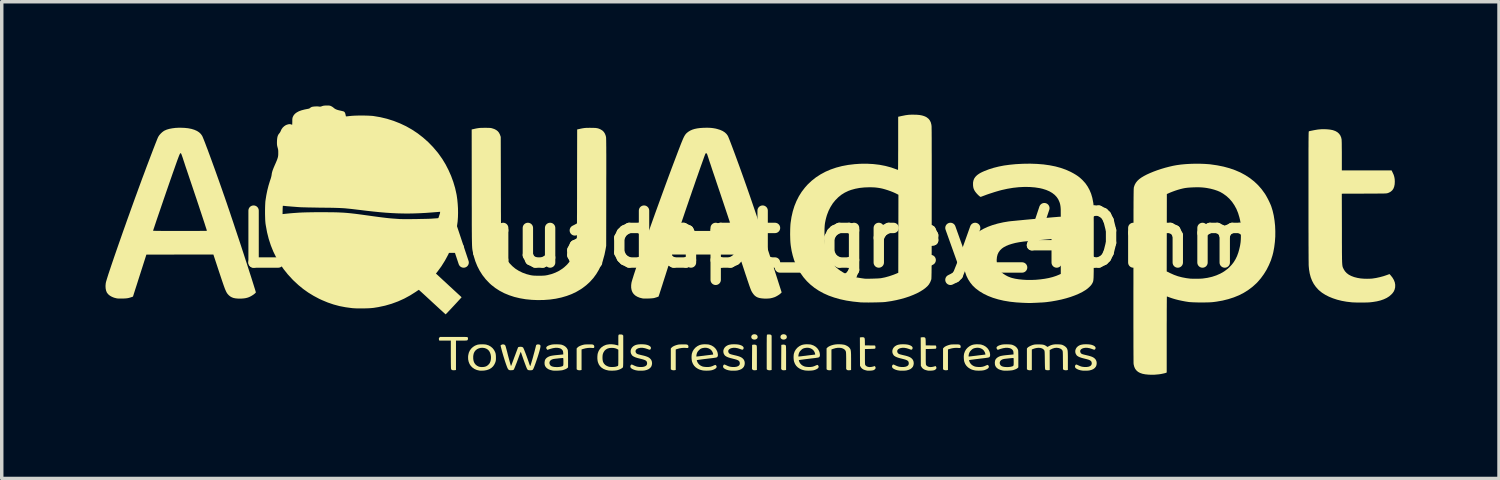
<source format=kicad_pcb>
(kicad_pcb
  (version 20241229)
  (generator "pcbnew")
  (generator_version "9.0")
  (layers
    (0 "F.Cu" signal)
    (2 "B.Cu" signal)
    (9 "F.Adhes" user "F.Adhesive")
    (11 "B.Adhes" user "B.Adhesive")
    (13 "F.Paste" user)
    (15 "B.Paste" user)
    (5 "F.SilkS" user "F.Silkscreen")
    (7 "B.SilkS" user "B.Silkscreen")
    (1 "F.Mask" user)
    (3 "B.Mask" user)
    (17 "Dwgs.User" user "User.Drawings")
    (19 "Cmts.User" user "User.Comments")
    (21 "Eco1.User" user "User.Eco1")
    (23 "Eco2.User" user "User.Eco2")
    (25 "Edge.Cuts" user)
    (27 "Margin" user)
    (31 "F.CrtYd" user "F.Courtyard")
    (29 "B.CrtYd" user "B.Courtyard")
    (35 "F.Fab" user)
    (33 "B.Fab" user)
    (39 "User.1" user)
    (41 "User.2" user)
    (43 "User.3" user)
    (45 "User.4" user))
  (footprint "LogoAquadapt_grey_40mm"
    (layer "F.Cu")
    (at 18.637 3.86)
    (property "Reference" "LogoAquadapt_grey_40mm" (at 0 0 0) (layer "F.SilkS") (effects (font (size 1.5 1.5) (thickness 0.3))))
    (attr board_only exclude_from_pos_files exclude_from_bom)
    (fp_poly (pts (xy 0.157 2.756) (xy 0.185 2.771) (xy 0.205 2.794) (xy 0.213 2.824) (xy 0.213 2.829) (xy 0.21 2.851) (xy 0.202 2.869) (xy 0.202 2.87) (xy 0.179 2.89) (xy 0.149 2.903) (xy 0.115 2.906) (xy 0.082 2.9) (xy 0.066 2.893) (xy 0.042 2.873) (xy 0.031 2.849) (xy 0.028 2.827) (xy 0.035 2.797) (xy 0.053 2.773) (xy 0.08 2.757) (xy 0.115 2.751) (xy 0.121 2.751)) (stroke (width 0) (type solid)) (fill yes) (layer "F.SilkS"))
    (fp_poly (pts (xy 1 2.756) (xy 1.029 2.771) (xy 1.048 2.794) (xy 1.056 2.824) (xy 1.056 2.829) (xy 1.053 2.851) (xy 1.046 2.869) (xy 1.045 2.87) (xy 1.023 2.89) (xy 0.992 2.903) (xy 0.959 2.906) (xy 0.926 2.9) (xy 0.91 2.893) (xy 0.886 2.873) (xy 0.874 2.849) (xy 0.872 2.827) (xy 0.878 2.797) (xy 0.896 2.773) (xy 0.924 2.757) (xy 0.959 2.751) (xy 0.964 2.751)) (stroke (width 0) (type solid)) (fill yes) (layer "F.SilkS"))
    (fp_poly (pts (xy 0.153 3.056) (xy 0.177 3.069) (xy 0.178 3.07) (xy 0.181 3.074) (xy 0.183 3.078) (xy 0.186 3.086) (xy 0.187 3.096) (xy 0.189 3.112) (xy 0.19 3.134) (xy 0.19 3.163) (xy 0.191 3.201) (xy 0.191 3.248) (xy 0.191 3.306) (xy 0.191 3.376) (xy 0.191 3.434) (xy 0.191 3.784) (xy 0.175 3.788) (xy 0.159 3.791) (xy 0.136 3.792) (xy 0.122 3.793) (xy 0.097 3.791) (xy 0.08 3.786) (xy 0.067 3.775) (xy 0.049 3.758) (xy 0.051 3.409) (xy 0.053 3.059) (xy 0.084 3.053) (xy 0.121 3.05)) (stroke (width 0) (type solid)) (fill yes) (layer "F.SilkS"))
    (fp_poly (pts (xy 0.997 3.056) (xy 1.021 3.069) (xy 1.021 3.07) (xy 1.024 3.074) (xy 1.027 3.078) (xy 1.029 3.086) (xy 1.031 3.096) (xy 1.032 3.112) (xy 1.033 3.134) (xy 1.034 3.163) (xy 1.034 3.201) (xy 1.035 3.248) (xy 1.035 3.306) (xy 1.035 3.376) (xy 1.035 3.434) (xy 1.035 3.784) (xy 1.019 3.788) (xy 1.003 3.791) (xy 0.979 3.792) (xy 0.966 3.793) (xy 0.941 3.791) (xy 0.924 3.786) (xy 0.911 3.775) (xy 0.893 3.758) (xy 0.895 3.409) (xy 0.897 3.059) (xy 0.928 3.053) (xy 0.965 3.05)) (stroke (width 0) (type solid)) (fill yes) (layer "F.SilkS"))
    (fp_poly (pts (xy 0.568 2.759) (xy 0.585 2.762) (xy 0.597 2.769) (xy 0.601 2.774) (xy 0.617 2.79) (xy 0.617 3.287) (xy 0.617 3.784) (xy 0.601 3.788) (xy 0.57 3.793) (xy 0.538 3.792) (xy 0.51 3.786) (xy 0.494 3.778) (xy 0.475 3.763) (xy 0.475 3.265) (xy 0.475 3.168) (xy 0.475 3.084) (xy 0.475 3.013) (xy 0.476 2.953) (xy 0.476 2.903) (xy 0.476 2.863) (xy 0.477 2.831) (xy 0.478 2.807) (xy 0.479 2.789) (xy 0.481 2.776) (xy 0.482 2.768) (xy 0.484 2.764) (xy 0.486 2.762) (xy 0.499 2.76) (xy 0.521 2.758) (xy 0.542 2.758)) (stroke (width 0) (type solid)) (fill yes) (layer "F.SilkS"))
    (fp_poly (pts (xy -4.626 3.045) (xy -4.594 3.045) (xy -4.571 3.047) (xy -4.556 3.049) (xy -4.545 3.052) (xy -4.536 3.057) (xy -4.532 3.06) (xy -4.517 3.076) (xy -4.51 3.098) (xy -4.51 3.102) (xy -4.51 3.126) (xy -4.516 3.141) (xy -4.53 3.149) (xy -4.554 3.15) (xy -4.578 3.147) (xy -4.635 3.144) (xy -4.699 3.148) (xy -4.763 3.158) (xy -4.82 3.173) (xy -4.877 3.191) (xy -4.877 3.487) (xy -4.877 3.784) (xy -4.893 3.788) (xy -4.924 3.793) (xy -4.956 3.792) (xy -4.984 3.786) (xy -5 3.778) (xy -5.019 3.763) (xy -5.019 3.463) (xy -5.019 3.162) (xy -4.998 3.139) (xy -4.97 3.114) (xy -4.928 3.091) (xy -4.875 3.07) (xy -4.844 3.061) (xy -4.821 3.055) (xy -4.798 3.05) (xy -4.774 3.047) (xy -4.744 3.046) (xy -4.705 3.045) (xy -4.67 3.045)) (stroke (width 0) (type solid)) (fill yes) (layer "F.SilkS"))
    (fp_poly (pts (xy -1.904 3.045) (xy -1.872 3.045) (xy -1.849 3.047) (xy -1.834 3.049) (xy -1.823 3.052) (xy -1.814 3.057) (xy -1.81 3.06) (xy -1.795 3.076) (xy -1.788 3.098) (xy -1.788 3.102) (xy -1.788 3.126) (xy -1.794 3.141) (xy -1.808 3.149) (xy -1.832 3.15) (xy -1.856 3.147) (xy -1.913 3.144) (xy -1.976 3.148) (xy -2.041 3.158) (xy -2.098 3.173) (xy -2.155 3.191) (xy -2.155 3.487) (xy -2.155 3.784) (xy -2.171 3.788) (xy -2.202 3.793) (xy -2.234 3.792) (xy -2.262 3.786) (xy -2.278 3.778) (xy -2.297 3.763) (xy -2.297 3.463) (xy -2.297 3.162) (xy -2.276 3.139) (xy -2.247 3.114) (xy -2.206 3.091) (xy -2.152 3.07) (xy -2.122 3.061) (xy -2.099 3.055) (xy -2.076 3.05) (xy -2.051 3.047) (xy -2.021 3.046) (xy -1.983 3.045) (xy -1.948 3.045)) (stroke (width 0) (type solid)) (fill yes) (layer "F.SilkS"))
    (fp_poly (pts (xy 5.965 3.045) (xy 5.997 3.045) (xy 6.02 3.047) (xy 6.035 3.049) (xy 6.046 3.052) (xy 6.055 3.057) (xy 6.059 3.06) (xy 6.074 3.076) (xy 6.081 3.098) (xy 6.081 3.102) (xy 6.081 3.126) (xy 6.075 3.141) (xy 6.061 3.149) (xy 6.037 3.15) (xy 6.013 3.147) (xy 5.956 3.144) (xy 5.892 3.148) (xy 5.828 3.158) (xy 5.771 3.173) (xy 5.714 3.191) (xy 5.714 3.487) (xy 5.714 3.784) (xy 5.698 3.788) (xy 5.667 3.793) (xy 5.635 3.792) (xy 5.607 3.786) (xy 5.591 3.778) (xy 5.572 3.763) (xy 5.572 3.463) (xy 5.572 3.162) (xy 5.593 3.139) (xy 5.621 3.114) (xy 5.663 3.091) (xy 5.717 3.07) (xy 5.747 3.061) (xy 5.77 3.055) (xy 5.793 3.05) (xy 5.817 3.047) (xy 5.847 3.046) (xy 5.886 3.045) (xy 5.921 3.045)) (stroke (width 0) (type solid)) (fill yes) (layer "F.SilkS"))
    (fp_poly (pts (xy -8.486 2.829) (xy -8.414 2.829) (xy -8.354 2.829) (xy -8.305 2.829) (xy -8.265 2.83) (xy -8.235 2.83) (xy -8.211 2.831) (xy -8.194 2.832) (xy -8.182 2.834) (xy -8.175 2.836) (xy -8.17 2.838) (xy -8.168 2.841) (xy -8.167 2.842) (xy -8.16 2.866) (xy -8.161 2.892) (xy -8.169 2.914) (xy -8.174 2.921) (xy -8.179 2.925) (xy -8.186 2.929) (xy -8.196 2.931) (xy -8.212 2.933) (xy -8.235 2.934) (xy -8.267 2.935) (xy -8.31 2.935) (xy -8.347 2.935) (xy -8.507 2.935) (xy -8.507 3.359) (xy -8.507 3.784) (xy -8.523 3.788) (xy -8.545 3.791) (xy -8.573 3.792) (xy -8.6 3.79) (xy -8.621 3.786) (xy -8.625 3.784) (xy -8.639 3.772) (xy -8.648 3.755) (xy -8.65 3.743) (xy -8.652 3.716) (xy -8.653 3.676) (xy -8.654 3.622) (xy -8.655 3.555) (xy -8.655 3.474) (xy -8.656 3.381) (xy -8.656 3.334) (xy -8.656 2.935) (xy -8.822 2.935) (xy -8.989 2.935) (xy -8.996 2.917) (xy -9.003 2.886) (xy -8.996 2.86) (xy -8.986 2.846) (xy -8.968 2.829) (xy -8.571 2.829)) (stroke (width 0) (type solid)) (fill yes) (layer "F.SilkS"))
    (fp_poly (pts (xy 2.634 3.044) (xy 2.685 3.05) (xy 2.727 3.058) (xy 2.745 3.064) (xy 2.801 3.09) (xy 2.844 3.12) (xy 2.872 3.15) (xy 2.882 3.165) (xy 2.891 3.179) (xy 2.897 3.194) (xy 2.902 3.212) (xy 2.906 3.235) (xy 2.909 3.262) (xy 2.911 3.298) (xy 2.913 3.341) (xy 2.913 3.395) (xy 2.914 3.46) (xy 2.914 3.517) (xy 2.914 3.784) (xy 2.898 3.788) (xy 2.881 3.791) (xy 2.858 3.792) (xy 2.844 3.793) (xy 2.819 3.791) (xy 2.802 3.786) (xy 2.789 3.775) (xy 2.772 3.758) (xy 2.772 3.519) (xy 2.772 3.444) (xy 2.771 3.382) (xy 2.77 3.333) (xy 2.768 3.295) (xy 2.766 3.269) (xy 2.763 3.253) (xy 2.763 3.251) (xy 2.745 3.215) (xy 2.716 3.186) (xy 2.678 3.164) (xy 2.632 3.149) (xy 2.579 3.143) (xy 2.521 3.144) (xy 2.46 3.154) (xy 2.398 3.173) (xy 2.396 3.173) (xy 2.346 3.192) (xy 2.346 3.488) (xy 2.346 3.784) (xy 2.331 3.788) (xy 2.3 3.793) (xy 2.268 3.792) (xy 2.24 3.786) (xy 2.223 3.778) (xy 2.205 3.763) (xy 2.205 3.462) (xy 2.205 3.16) (xy 2.231 3.134) (xy 2.26 3.112) (xy 2.3 3.091) (xy 2.348 3.072) (xy 2.401 3.057) (xy 2.424 3.052) (xy 2.47 3.045) (xy 2.523 3.041) (xy 2.579 3.041)) (stroke (width 0) (type solid)) (fill yes) (layer "F.SilkS"))
    (fp_poly (pts (xy 3.257 2.838) (xy 3.267 2.839) (xy 3.282 2.843) (xy 3.294 2.85) (xy 3.302 2.861) (xy 3.307 2.879) (xy 3.31 2.906) (xy 3.312 2.944) (xy 3.312 2.971) (xy 3.314 3.073) (xy 3.461 3.075) (xy 3.607 3.077) (xy 3.615 3.101) (xy 3.619 3.125) (xy 3.617 3.148) (xy 3.609 3.165) (xy 3.606 3.167) (xy 3.596 3.169) (xy 3.575 3.171) (xy 3.545 3.173) (xy 3.506 3.174) (xy 3.463 3.176) (xy 3.456 3.176) (xy 3.314 3.179) (xy 3.314 3.404) (xy 3.314 3.466) (xy 3.314 3.516) (xy 3.315 3.555) (xy 3.315 3.585) (xy 3.317 3.606) (xy 3.318 3.622) (xy 3.32 3.632) (xy 3.323 3.64) (xy 3.327 3.646) (xy 3.329 3.649) (xy 3.357 3.675) (xy 3.394 3.692) (xy 3.439 3.7) (xy 3.49 3.698) (xy 3.544 3.687) (xy 3.545 3.687) (xy 3.597 3.671) (xy 3.61 3.686) (xy 3.622 3.711) (xy 3.621 3.736) (xy 3.608 3.759) (xy 3.582 3.78) (xy 3.562 3.79) (xy 3.542 3.795) (xy 3.513 3.8) (xy 3.477 3.803) (xy 3.44 3.805) (xy 3.406 3.805) (xy 3.38 3.803) (xy 3.374 3.802) (xy 3.313 3.787) (xy 3.264 3.767) (xy 3.226 3.74) (xy 3.198 3.708) (xy 3.193 3.699) (xy 3.172 3.661) (xy 3.17 3.253) (xy 3.168 2.844) (xy 3.207 2.839) (xy 3.233 2.837)) (stroke (width 0) (type solid)) (fill yes) (layer "F.SilkS"))
    (fp_poly (pts (xy 5.015 2.838) (xy 5.025 2.839) (xy 5.04 2.843) (xy 5.052 2.85) (xy 5.06 2.861) (xy 5.065 2.879) (xy 5.068 2.906) (xy 5.07 2.944) (xy 5.07 2.971) (xy 5.072 3.073) (xy 5.219 3.075) (xy 5.365 3.077) (xy 5.373 3.101) (xy 5.378 3.125) (xy 5.375 3.148) (xy 5.367 3.165) (xy 5.364 3.167) (xy 5.355 3.169) (xy 5.333 3.171) (xy 5.303 3.173) (xy 5.264 3.174) (xy 5.221 3.176) (xy 5.214 3.176) (xy 5.072 3.179) (xy 5.072 3.404) (xy 5.072 3.466) (xy 5.072 3.516) (xy 5.073 3.555) (xy 5.074 3.585) (xy 5.075 3.606) (xy 5.076 3.622) (xy 5.079 3.632) (xy 5.082 3.64) (xy 5.085 3.646) (xy 5.087 3.649) (xy 5.115 3.675) (xy 5.153 3.692) (xy 5.197 3.7) (xy 5.248 3.698) (xy 5.302 3.687) (xy 5.303 3.687) (xy 5.355 3.671) (xy 5.368 3.686) (xy 5.38 3.711) (xy 5.38 3.736) (xy 5.366 3.759) (xy 5.34 3.78) (xy 5.32 3.79) (xy 5.3 3.795) (xy 5.271 3.8) (xy 5.235 3.803) (xy 5.198 3.805) (xy 5.165 3.805) (xy 5.138 3.803) (xy 5.132 3.802) (xy 5.071 3.787) (xy 5.022 3.767) (xy 4.984 3.74) (xy 4.956 3.708) (xy 4.951 3.699) (xy 4.93 3.661) (xy 4.928 3.253) (xy 4.926 2.844) (xy 4.965 2.839) (xy 4.991 2.837)) (stroke (width 0) (type solid)) (fill yes) (layer "F.SilkS"))
    (fp_poly (pts (xy -7.693 3.044) (xy -7.65 3.048) (xy -7.629 3.052) (xy -7.562 3.074) (xy -7.502 3.108) (xy -7.45 3.152) (xy -7.408 3.205) (xy -7.376 3.265) (xy -7.362 3.307) (xy -7.357 3.338) (xy -7.353 3.379) (xy -7.352 3.423) (xy -7.352 3.467) (xy -7.355 3.506) (xy -7.359 3.53) (xy -7.374 3.575) (xy -7.396 3.622) (xy -7.424 3.665) (xy -7.438 3.683) (xy -7.487 3.728) (xy -7.546 3.763) (xy -7.614 3.787) (xy -7.69 3.801) (xy -7.73 3.803) (xy -7.764 3.804) (xy -7.795 3.804) (xy -7.819 3.803) (xy -7.83 3.802) (xy -7.905 3.784) (xy -7.972 3.755) (xy -8.029 3.716) (xy -8.077 3.668) (xy -8.114 3.612) (xy -8.14 3.548) (xy -8.155 3.478) (xy -8.157 3.401) (xy -8.156 3.394) (xy -8.009 3.394) (xy -8.008 3.465) (xy -7.997 3.528) (xy -7.975 3.582) (xy -7.942 3.626) (xy -7.899 3.662) (xy -7.845 3.688) (xy -7.845 3.688) (xy -7.808 3.696) (xy -7.764 3.7) (xy -7.717 3.698) (xy -7.673 3.691) (xy -7.638 3.68) (xy -7.603 3.66) (xy -7.569 3.631) (xy -7.541 3.599) (xy -7.528 3.578) (xy -7.507 3.525) (xy -7.497 3.467) (xy -7.495 3.405) (xy -7.503 3.345) (xy -7.52 3.289) (xy -7.546 3.24) (xy -7.552 3.231) (xy -7.589 3.194) (xy -7.633 3.167) (xy -7.683 3.15) (xy -7.737 3.143) (xy -7.791 3.145) (xy -7.844 3.158) (xy -7.893 3.18) (xy -7.936 3.213) (xy -7.937 3.214) (xy -7.969 3.254) (xy -7.991 3.298) (xy -8.004 3.351) (xy -8.009 3.394) (xy -8.156 3.394) (xy -8.152 3.356) (xy -8.136 3.286) (xy -8.107 3.223) (xy -8.067 3.167) (xy -8.017 3.12) (xy -7.958 3.082) (xy -7.892 3.056) (xy -7.874 3.052) (xy -7.837 3.046) (xy -7.791 3.043) (xy -7.741 3.042)) (stroke (width 0) (type solid)) (fill yes) (layer "F.SilkS"))
    (fp_poly (pts (xy -3.08 3.043) (xy -3.027 3.049) (xy -2.981 3.059) (xy -2.941 3.074) (xy -2.928 3.08) (xy -2.895 3.101) (xy -2.876 3.125) (xy -2.871 3.15) (xy -2.878 3.176) (xy -2.888 3.19) (xy -2.9 3.197) (xy -2.918 3.197) (xy -2.943 3.19) (xy -2.97 3.179) (xy -3.042 3.156) (xy -3.109 3.144) (xy -3.172 3.143) (xy -3.229 3.154) (xy -3.259 3.166) (xy -3.292 3.187) (xy -3.311 3.213) (xy -3.318 3.242) (xy -3.311 3.274) (xy -3.304 3.287) (xy -3.294 3.301) (xy -3.281 3.312) (xy -3.264 3.322) (xy -3.24 3.331) (xy -3.207 3.34) (xy -3.163 3.351) (xy -3.138 3.357) (xy -3.073 3.372) (xy -3.021 3.387) (xy -2.979 3.402) (xy -2.944 3.418) (xy -2.916 3.437) (xy -2.9 3.45) (xy -2.868 3.486) (xy -2.848 3.528) (xy -2.84 3.577) (xy -2.839 3.591) (xy -2.846 3.643) (xy -2.864 3.689) (xy -2.895 3.727) (xy -2.937 3.759) (xy -2.99 3.782) (xy -3.047 3.797) (xy -3.087 3.802) (xy -3.134 3.805) (xy -3.185 3.805) (xy -3.231 3.804) (xy -3.254 3.802) (xy -3.313 3.792) (xy -3.366 3.776) (xy -3.412 3.755) (xy -3.446 3.731) (xy -3.447 3.73) (xy -3.462 3.708) (xy -3.467 3.682) (xy -3.462 3.657) (xy -3.448 3.636) (xy -3.439 3.63) (xy -3.428 3.627) (xy -3.413 3.63) (xy -3.391 3.64) (xy -3.377 3.647) (xy -3.33 3.668) (xy -3.29 3.683) (xy -3.251 3.692) (xy -3.207 3.697) (xy -3.186 3.699) (xy -3.125 3.698) (xy -3.075 3.69) (xy -3.034 3.675) (xy -3.005 3.654) (xy -2.987 3.626) (xy -2.982 3.593) (xy -2.985 3.569) (xy -2.991 3.547) (xy -3.002 3.529) (xy -3.019 3.514) (xy -3.043 3.5) (xy -3.076 3.487) (xy -3.119 3.474) (xy -3.175 3.46) (xy -3.19 3.456) (xy -3.265 3.437) (xy -3.325 3.417) (xy -3.372 3.395) (xy -3.406 3.372) (xy -3.421 3.356) (xy -3.446 3.313) (xy -3.458 3.268) (xy -3.457 3.222) (xy -3.445 3.178) (xy -3.42 3.137) (xy -3.385 3.101) (xy -3.346 3.077) (xy -3.31 3.061) (xy -3.27 3.051) (xy -3.224 3.044) (xy -3.167 3.041) (xy -3.144 3.041)) (stroke (width 0) (type solid)) (fill yes) (layer "F.SilkS"))
    (fp_poly (pts (xy -0.4 3.043) (xy -0.347 3.049) (xy -0.302 3.059) (xy -0.261 3.074) (xy -0.248 3.08) (xy -0.216 3.101) (xy -0.197 3.125) (xy -0.191 3.15) (xy -0.199 3.176) (xy -0.208 3.19) (xy -0.221 3.197) (xy -0.238 3.197) (xy -0.263 3.19) (xy -0.291 3.179) (xy -0.362 3.156) (xy -0.43 3.144) (xy -0.492 3.143) (xy -0.549 3.154) (xy -0.58 3.166) (xy -0.612 3.187) (xy -0.632 3.213) (xy -0.638 3.242) (xy -0.631 3.274) (xy -0.624 3.287) (xy -0.614 3.301) (xy -0.602 3.312) (xy -0.584 3.322) (xy -0.56 3.331) (xy -0.527 3.34) (xy -0.483 3.351) (xy -0.458 3.357) (xy -0.394 3.372) (xy -0.341 3.387) (xy -0.299 3.402) (xy -0.265 3.418) (xy -0.236 3.437) (xy -0.22 3.45) (xy -0.188 3.486) (xy -0.168 3.528) (xy -0.16 3.577) (xy -0.16 3.591) (xy -0.166 3.643) (xy -0.185 3.689) (xy -0.215 3.727) (xy -0.258 3.759) (xy -0.311 3.782) (xy -0.368 3.797) (xy -0.407 3.802) (xy -0.455 3.805) (xy -0.505 3.805) (xy -0.552 3.804) (xy -0.574 3.802) (xy -0.633 3.792) (xy -0.687 3.776) (xy -0.732 3.755) (xy -0.766 3.731) (xy -0.767 3.73) (xy -0.782 3.708) (xy -0.787 3.682) (xy -0.782 3.657) (xy -0.768 3.636) (xy -0.759 3.63) (xy -0.749 3.627) (xy -0.734 3.63) (xy -0.712 3.64) (xy -0.697 3.647) (xy -0.651 3.668) (xy -0.61 3.683) (xy -0.571 3.692) (xy -0.527 3.697) (xy -0.506 3.699) (xy -0.446 3.698) (xy -0.395 3.69) (xy -0.355 3.675) (xy -0.325 3.654) (xy -0.307 3.626) (xy -0.302 3.593) (xy -0.305 3.569) (xy -0.312 3.547) (xy -0.323 3.529) (xy -0.339 3.514) (xy -0.363 3.5) (xy -0.396 3.487) (xy -0.44 3.474) (xy -0.495 3.46) (xy -0.51 3.456) (xy -0.585 3.437) (xy -0.646 3.417) (xy -0.693 3.395) (xy -0.726 3.372) (xy -0.742 3.356) (xy -0.767 3.313) (xy -0.778 3.268) (xy -0.778 3.222) (xy -0.765 3.178) (xy -0.741 3.137) (xy -0.705 3.101) (xy -0.666 3.077) (xy -0.63 3.061) (xy -0.591 3.051) (xy -0.544 3.044) (xy -0.488 3.041) (xy -0.465 3.041)) (stroke (width 0) (type solid)) (fill yes) (layer "F.SilkS"))
    (fp_poly (pts (xy 4.484 3.043) (xy 4.537 3.049) (xy 4.583 3.059) (xy 4.623 3.074) (xy 4.636 3.08) (xy 4.669 3.101) (xy 4.688 3.125) (xy 4.693 3.15) (xy 4.686 3.176) (xy 4.676 3.19) (xy 4.664 3.197) (xy 4.646 3.197) (xy 4.621 3.19) (xy 4.594 3.179) (xy 4.522 3.156) (xy 4.455 3.144) (xy 4.392 3.143) (xy 4.335 3.154) (xy 4.305 3.166) (xy 4.272 3.187) (xy 4.253 3.213) (xy 4.246 3.242) (xy 4.253 3.274) (xy 4.26 3.287) (xy 4.27 3.301) (xy 4.283 3.312) (xy 4.3 3.322) (xy 4.324 3.331) (xy 4.357 3.34) (xy 4.401 3.351) (xy 4.426 3.357) (xy 4.491 3.372) (xy 4.543 3.387) (xy 4.585 3.402) (xy 4.62 3.418) (xy 4.648 3.437) (xy 4.664 3.45) (xy 4.696 3.486) (xy 4.716 3.528) (xy 4.724 3.577) (xy 4.725 3.591) (xy 4.718 3.643) (xy 4.7 3.689) (xy 4.669 3.727) (xy 4.627 3.759) (xy 4.574 3.782) (xy 4.517 3.797) (xy 4.477 3.802) (xy 4.43 3.805) (xy 4.379 3.805) (xy 4.333 3.804) (xy 4.31 3.802) (xy 4.251 3.792) (xy 4.198 3.776) (xy 4.152 3.755) (xy 4.118 3.731) (xy 4.117 3.73) (xy 4.102 3.708) (xy 4.097 3.682) (xy 4.102 3.657) (xy 4.116 3.636) (xy 4.125 3.63) (xy 4.136 3.627) (xy 4.151 3.63) (xy 4.173 3.64) (xy 4.187 3.647) (xy 4.234 3.668) (xy 4.274 3.683) (xy 4.313 3.692) (xy 4.357 3.697) (xy 4.378 3.699) (xy 4.439 3.698) (xy 4.489 3.69) (xy 4.53 3.675) (xy 4.559 3.654) (xy 4.577 3.626) (xy 4.582 3.593) (xy 4.579 3.569) (xy 4.573 3.547) (xy 4.562 3.529) (xy 4.545 3.514) (xy 4.521 3.5) (xy 4.488 3.487) (xy 4.445 3.474) (xy 4.389 3.46) (xy 4.374 3.456) (xy 4.299 3.437) (xy 4.239 3.417) (xy 4.192 3.395) (xy 4.158 3.372) (xy 4.143 3.356) (xy 4.118 3.313) (xy 4.106 3.268) (xy 4.107 3.222) (xy 4.119 3.178) (xy 4.144 3.137) (xy 4.179 3.101) (xy 4.218 3.077) (xy 4.254 3.061) (xy 4.294 3.051) (xy 4.34 3.044) (xy 4.397 3.041) (xy 4.42 3.041)) (stroke (width 0) (type solid)) (fill yes) (layer "F.SilkS"))
    (fp_poly (pts (xy 9.772 3.043) (xy 9.826 3.049) (xy 9.871 3.059) (xy 9.912 3.074) (xy 9.924 3.08) (xy 9.957 3.101) (xy 9.976 3.125) (xy 9.982 3.15) (xy 9.974 3.176) (xy 9.964 3.19) (xy 9.952 3.197) (xy 9.935 3.197) (xy 9.91 3.19) (xy 9.882 3.179) (xy 9.811 3.156) (xy 9.743 3.144) (xy 9.68 3.143) (xy 9.624 3.154) (xy 9.593 3.166) (xy 9.561 3.187) (xy 9.541 3.213) (xy 9.535 3.242) (xy 9.542 3.274) (xy 9.549 3.287) (xy 9.558 3.301) (xy 9.571 3.312) (xy 9.588 3.322) (xy 9.612 3.331) (xy 9.646 3.34) (xy 9.69 3.351) (xy 9.715 3.357) (xy 9.779 3.372) (xy 9.831 3.387) (xy 9.874 3.402) (xy 9.908 3.418) (xy 9.937 3.437) (xy 9.953 3.45) (xy 9.985 3.486) (xy 10.005 3.528) (xy 10.013 3.577) (xy 10.013 3.591) (xy 10.007 3.643) (xy 9.988 3.689) (xy 9.957 3.727) (xy 9.915 3.759) (xy 9.862 3.782) (xy 9.805 3.797) (xy 9.766 3.802) (xy 9.718 3.805) (xy 9.668 3.805) (xy 9.621 3.804) (xy 9.599 3.802) (xy 9.54 3.792) (xy 9.486 3.776) (xy 9.441 3.755) (xy 9.406 3.731) (xy 9.405 3.73) (xy 9.39 3.708) (xy 9.385 3.682) (xy 9.39 3.657) (xy 9.405 3.636) (xy 9.414 3.63) (xy 9.424 3.627) (xy 9.439 3.63) (xy 9.461 3.64) (xy 9.476 3.647) (xy 9.522 3.668) (xy 9.562 3.683) (xy 9.602 3.692) (xy 9.646 3.697) (xy 9.666 3.699) (xy 9.727 3.698) (xy 9.778 3.69) (xy 9.818 3.675) (xy 9.847 3.654) (xy 9.865 3.626) (xy 9.871 3.593) (xy 9.868 3.569) (xy 9.861 3.547) (xy 9.85 3.529) (xy 9.833 3.514) (xy 9.809 3.5) (xy 9.777 3.487) (xy 9.733 3.474) (xy 9.678 3.46) (xy 9.662 3.456) (xy 9.588 3.437) (xy 9.527 3.417) (xy 9.48 3.395) (xy 9.446 3.372) (xy 9.431 3.356) (xy 9.406 3.313) (xy 9.394 3.268) (xy 9.395 3.222) (xy 9.408 3.178) (xy 9.432 3.137) (xy 9.468 3.101) (xy 9.506 3.077) (xy 9.542 3.061) (xy 9.582 3.051) (xy 9.629 3.044) (xy 9.685 3.041) (xy 9.708 3.041)) (stroke (width 0) (type solid)) (fill yes) (layer "F.SilkS"))
    (fp_poly (pts (xy -3.747 2.758) (xy -3.721 2.759) (xy -3.704 2.762) (xy -3.692 2.769) (xy -3.688 2.774) (xy -3.672 2.79) (xy -3.672 3.239) (xy -3.672 3.331) (xy -3.672 3.411) (xy -3.673 3.478) (xy -3.673 3.534) (xy -3.673 3.58) (xy -3.674 3.618) (xy -3.675 3.647) (xy -3.676 3.669) (xy -3.678 3.685) (xy -3.679 3.697) (xy -3.681 3.704) (xy -3.683 3.708) (xy -3.696 3.723) (xy -3.72 3.739) (xy -3.752 3.757) (xy -3.789 3.773) (xy -3.827 3.786) (xy -3.839 3.789) (xy -3.869 3.795) (xy -3.91 3.8) (xy -3.956 3.803) (xy -4.003 3.804) (xy -4.047 3.803) (xy -4.084 3.801) (xy -4.094 3.8) (xy -4.172 3.782) (xy -4.24 3.755) (xy -4.297 3.719) (xy -4.344 3.673) (xy -4.38 3.619) (xy -4.405 3.555) (xy -4.414 3.513) (xy -4.42 3.458) (xy -4.42 3.439) (xy -4.272 3.439) (xy -4.269 3.486) (xy -4.262 3.528) (xy -4.255 3.553) (xy -4.229 3.6) (xy -4.192 3.639) (xy -4.144 3.669) (xy -4.089 3.69) (xy -4.056 3.696) (xy -4.015 3.698) (xy -3.97 3.698) (xy -3.926 3.695) (xy -3.887 3.689) (xy -3.867 3.683) (xy -3.845 3.675) (xy -3.828 3.667) (xy -3.823 3.663) (xy -3.82 3.658) (xy -3.818 3.645) (xy -3.816 3.624) (xy -3.815 3.593) (xy -3.815 3.552) (xy -3.814 3.499) (xy -3.814 3.433) (xy -3.814 3.427) (xy -3.814 3.199) (xy -3.83 3.188) (xy -3.881 3.164) (xy -3.941 3.149) (xy -3.998 3.145) (xy -4.065 3.149) (xy -4.123 3.164) (xy -4.171 3.19) (xy -4.211 3.226) (xy -4.242 3.274) (xy -4.258 3.313) (xy -4.267 3.348) (xy -4.271 3.392) (xy -4.272 3.439) (xy -4.42 3.439) (xy -4.42 3.398) (xy -4.415 3.339) (xy -4.407 3.3) (xy -4.383 3.235) (xy -4.347 3.178) (xy -4.301 3.129) (xy -4.245 3.09) (xy -4.181 3.062) (xy -4.147 3.052) (xy -4.078 3.042) (xy -4.002 3.041) (xy -3.923 3.05) (xy -3.845 3.069) (xy -3.83 3.073) (xy -3.814 3.078) (xy -3.814 2.922) (xy -3.814 2.87) (xy -3.814 2.83) (xy -3.813 2.8) (xy -3.81 2.78) (xy -3.805 2.768) (xy -3.796 2.761) (xy -3.785 2.758) (xy -3.768 2.757)) (stroke (width 0) (type solid)) (fill yes) (layer "F.SilkS"))
    (fp_poly (pts (xy 8.892 3.043) (xy 8.935 3.045) (xy 8.968 3.048) (xy 8.994 3.052) (xy 9.016 3.058) (xy 9.026 3.062) (xy 9.071 3.084) (xy 9.11 3.112) (xy 9.14 3.142) (xy 9.143 3.147) (xy 9.152 3.161) (xy 9.159 3.175) (xy 9.165 3.191) (xy 9.17 3.209) (xy 9.174 3.232) (xy 9.176 3.261) (xy 9.178 3.297) (xy 9.179 3.342) (xy 9.18 3.398) (xy 9.18 3.465) (xy 9.18 3.513) (xy 9.18 3.784) (xy 9.164 3.788) (xy 9.134 3.793) (xy 9.102 3.792) (xy 9.074 3.786) (xy 9.058 3.778) (xy 9.039 3.764) (xy 9.037 3.503) (xy 9.036 3.435) (xy 9.036 3.379) (xy 9.035 3.334) (xy 9.034 3.3) (xy 9.033 3.273) (xy 9.031 3.254) (xy 9.029 3.24) (xy 9.027 3.23) (xy 9.023 3.222) (xy 9.023 3.221) (xy 8.998 3.19) (xy 8.961 3.166) (xy 8.915 3.15) (xy 8.855 3.142) (xy 8.794 3.148) (xy 8.732 3.168) (xy 8.707 3.181) (xy 8.654 3.208) (xy 8.655 3.496) (xy 8.656 3.785) (xy 8.631 3.79) (xy 8.602 3.792) (xy 8.572 3.79) (xy 8.546 3.785) (xy 8.53 3.776) (xy 8.529 3.775) (xy 8.526 3.771) (xy 8.524 3.764) (xy 8.521 3.752) (xy 8.52 3.735) (xy 8.518 3.71) (xy 8.517 3.677) (xy 8.516 3.635) (xy 8.515 3.581) (xy 8.514 3.514) (xy 8.514 3.5) (xy 8.513 3.432) (xy 8.512 3.376) (xy 8.511 3.332) (xy 8.51 3.298) (xy 8.509 3.272) (xy 8.507 3.252) (xy 8.505 3.238) (xy 8.503 3.228) (xy 8.5 3.22) (xy 8.496 3.213) (xy 8.494 3.21) (xy 8.468 3.182) (xy 8.433 3.161) (xy 8.389 3.148) (xy 8.338 3.143) (xy 8.284 3.147) (xy 8.227 3.159) (xy 8.183 3.174) (xy 8.138 3.192) (xy 8.138 3.488) (xy 8.138 3.784) (xy 8.122 3.788) (xy 8.092 3.793) (xy 8.06 3.792) (xy 8.032 3.786) (xy 8.015 3.778) (xy 7.996 3.763) (xy 7.996 3.463) (xy 7.996 3.163) (xy 8.014 3.142) (xy 8.036 3.122) (xy 8.07 3.102) (xy 8.111 3.082) (xy 8.158 3.064) (xy 8.167 3.061) (xy 8.19 3.055) (xy 8.211 3.05) (xy 8.235 3.047) (xy 8.264 3.046) (xy 8.302 3.045) (xy 8.33 3.045) (xy 8.386 3.046) (xy 8.431 3.049) (xy 8.467 3.054) (xy 8.499 3.063) (xy 8.527 3.076) (xy 8.555 3.094) (xy 8.591 3.118) (xy 8.643 3.09) (xy 8.688 3.069) (xy 8.733 3.055) (xy 8.781 3.046) (xy 8.836 3.042)) (stroke (width 0) (type solid)) (fill yes) (layer "F.SilkS"))
    (fp_poly (pts (xy -5.563 3.043) (xy -5.515 3.046) (xy -5.474 3.05) (xy -5.444 3.057) (xy -5.441 3.058) (xy -5.386 3.081) (xy -5.341 3.112) (xy -5.305 3.15) (xy -5.28 3.193) (xy -5.274 3.21) (xy -5.273 3.224) (xy -5.271 3.251) (xy -5.269 3.289) (xy -5.268 3.337) (xy -5.268 3.392) (xy -5.267 3.455) (xy -5.267 3.472) (xy -5.267 3.708) (xy -5.285 3.726) (xy -5.309 3.744) (xy -5.344 3.762) (xy -5.388 3.778) (xy -5.423 3.789) (xy -5.451 3.794) (xy -5.49 3.798) (xy -5.536 3.802) (xy -5.584 3.804) (xy -5.631 3.804) (xy -5.674 3.804) (xy -5.708 3.801) (xy -5.719 3.799) (xy -5.785 3.783) (xy -5.84 3.76) (xy -5.884 3.729) (xy -5.912 3.699) (xy -5.933 3.664) (xy -5.944 3.626) (xy -5.947 3.581) (xy -5.946 3.562) (xy -5.805 3.562) (xy -5.804 3.597) (xy -5.794 3.627) (xy -5.776 3.654) (xy -5.748 3.674) (xy -5.71 3.688) (xy -5.661 3.697) (xy -5.6 3.7) (xy -5.598 3.7) (xy -5.547 3.699) (xy -5.503 3.694) (xy -5.477 3.689) (xy -5.45 3.682) (xy -5.43 3.676) (xy -5.417 3.667) (xy -5.408 3.655) (xy -5.404 3.636) (xy -5.402 3.608) (xy -5.402 3.57) (xy -5.402 3.548) (xy -5.402 3.506) (xy -5.403 3.476) (xy -5.404 3.457) (xy -5.406 3.445) (xy -5.409 3.44) (xy -5.413 3.438) (xy -5.414 3.438) (xy -5.431 3.439) (xy -5.459 3.441) (xy -5.495 3.444) (xy -5.535 3.448) (xy -5.576 3.453) (xy -5.616 3.457) (xy -5.65 3.461) (xy -5.676 3.465) (xy -5.689 3.467) (xy -5.734 3.481) (xy -5.769 3.502) (xy -5.793 3.53) (xy -5.805 3.562) (xy -5.946 3.562) (xy -5.946 3.561) (xy -5.938 3.511) (xy -5.92 3.471) (xy -5.891 3.439) (xy -5.862 3.418) (xy -5.841 3.406) (xy -5.821 3.396) (xy -5.8 3.388) (xy -5.776 3.38) (xy -5.748 3.374) (xy -5.714 3.368) (xy -5.672 3.362) (xy -5.62 3.356) (xy -5.558 3.35) (xy -5.494 3.344) (xy -5.405 3.335) (xy -5.407 3.291) (xy -5.41 3.264) (xy -5.414 3.24) (xy -5.419 3.227) (xy -5.445 3.193) (xy -5.48 3.167) (xy -5.526 3.151) (xy -5.58 3.143) (xy -5.641 3.144) (xy -5.709 3.155) (xy -5.782 3.175) (xy -5.794 3.179) (xy -5.864 3.203) (xy -5.881 3.184) (xy -5.896 3.16) (xy -5.898 3.137) (xy -5.887 3.115) (xy -5.863 3.094) (xy -5.826 3.076) (xy -5.778 3.06) (xy -5.742 3.051) (xy -5.706 3.046) (xy -5.661 3.043) (xy -5.612 3.042)) (stroke (width 0) (type solid)) (fill yes) (layer "F.SilkS"))
    (fp_poly (pts (xy 7.453 3.043) (xy 7.5 3.046) (xy 7.541 3.05) (xy 7.572 3.057) (xy 7.575 3.058) (xy 7.629 3.081) (xy 7.675 3.112) (xy 7.711 3.15) (xy 7.735 3.193) (xy 7.741 3.21) (xy 7.743 3.224) (xy 7.745 3.251) (xy 7.746 3.289) (xy 7.747 3.337) (xy 7.748 3.392) (xy 7.748 3.455) (xy 7.748 3.472) (xy 7.748 3.708) (xy 7.73 3.726) (xy 7.707 3.744) (xy 7.671 3.762) (xy 7.628 3.778) (xy 7.592 3.789) (xy 7.564 3.794) (xy 7.525 3.798) (xy 7.48 3.802) (xy 7.432 3.804) (xy 7.384 3.804) (xy 7.342 3.804) (xy 7.307 3.801) (xy 7.296 3.799) (xy 7.231 3.783) (xy 7.175 3.76) (xy 7.131 3.729) (xy 7.103 3.699) (xy 7.083 3.664) (xy 7.072 3.626) (xy 7.069 3.581) (xy 7.069 3.562) (xy 7.211 3.562) (xy 7.211 3.597) (xy 7.221 3.627) (xy 7.24 3.654) (xy 7.267 3.674) (xy 7.305 3.688) (xy 7.354 3.697) (xy 7.416 3.7) (xy 7.418 3.7) (xy 7.469 3.699) (xy 7.513 3.694) (xy 7.538 3.689) (xy 7.565 3.682) (xy 7.585 3.676) (xy 7.599 3.667) (xy 7.607 3.655) (xy 7.612 3.636) (xy 7.613 3.608) (xy 7.614 3.57) (xy 7.614 3.548) (xy 7.613 3.506) (xy 7.613 3.476) (xy 7.612 3.457) (xy 7.61 3.445) (xy 7.607 3.44) (xy 7.602 3.438) (xy 7.601 3.438) (xy 7.584 3.439) (xy 7.556 3.441) (xy 7.521 3.444) (xy 7.481 3.448) (xy 7.439 3.453) (xy 7.4 3.457) (xy 7.365 3.461) (xy 7.339 3.465) (xy 7.327 3.467) (xy 7.282 3.481) (xy 7.247 3.502) (xy 7.223 3.53) (xy 7.211 3.562) (xy 7.069 3.562) (xy 7.069 3.561) (xy 7.077 3.511) (xy 7.095 3.471) (xy 7.125 3.439) (xy 7.153 3.418) (xy 7.174 3.406) (xy 7.194 3.396) (xy 7.215 3.388) (xy 7.239 3.38) (xy 7.268 3.374) (xy 7.302 3.368) (xy 7.344 3.362) (xy 7.395 3.356) (xy 7.457 3.35) (xy 7.521 3.344) (xy 7.61 3.335) (xy 7.608 3.291) (xy 7.606 3.264) (xy 7.601 3.24) (xy 7.597 3.227) (xy 7.571 3.193) (xy 7.535 3.167) (xy 7.49 3.151) (xy 7.436 3.143) (xy 7.375 3.144) (xy 7.307 3.155) (xy 7.233 3.175) (xy 7.221 3.179) (xy 7.152 3.203) (xy 7.135 3.184) (xy 7.119 3.16) (xy 7.117 3.137) (xy 7.129 3.115) (xy 7.153 3.094) (xy 7.189 3.076) (xy 7.237 3.06) (xy 7.273 3.051) (xy 7.31 3.046) (xy 7.354 3.043) (xy 7.403 3.042)) (stroke (width 0) (type solid)) (fill yes) (layer "F.SilkS"))
    (fp_poly (pts (xy -1.246 3.044) (xy -1.206 3.048) (xy -1.189 3.052) (xy -1.123 3.075) (xy -1.065 3.109) (xy -1.017 3.151) (xy -0.979 3.202) (xy -0.952 3.259) (xy -0.947 3.278) (xy -0.937 3.328) (xy -0.936 3.367) (xy -0.945 3.396) (xy -0.953 3.406) (xy -0.957 3.411) (xy -0.962 3.415) (xy -0.967 3.418) (xy -0.975 3.421) (xy -0.987 3.424) (xy -1.003 3.428) (xy -1.026 3.431) (xy -1.057 3.436) (xy -1.096 3.441) (xy -1.146 3.447) (xy -1.207 3.454) (xy -1.279 3.463) (xy -1.338 3.47) (xy -1.393 3.477) (xy -1.442 3.484) (xy -1.483 3.489) (xy -1.515 3.494) (xy -1.536 3.497) (xy -1.544 3.498) (xy -1.544 3.498) (xy -1.545 3.508) (xy -1.54 3.527) (xy -1.531 3.55) (xy -1.519 3.574) (xy -1.508 3.591) (xy -1.476 3.628) (xy -1.434 3.659) (xy -1.387 3.681) (xy -1.38 3.683) (xy -1.357 3.689) (xy -1.325 3.694) (xy -1.289 3.697) (xy -1.269 3.698) (xy -1.208 3.698) (xy -1.154 3.691) (xy -1.104 3.676) (xy -1.061 3.657) (xy -1.034 3.645) (xy -1.016 3.639) (xy -1.004 3.639) (xy -0.993 3.647) (xy -0.986 3.655) (xy -0.973 3.68) (xy -0.974 3.705) (xy -0.988 3.729) (xy -1.015 3.751) (xy -1.054 3.771) (xy -1.105 3.789) (xy -1.109 3.79) (xy -1.14 3.796) (xy -1.181 3.801) (xy -1.227 3.803) (xy -1.275 3.804) (xy -1.32 3.802) (xy -1.359 3.799) (xy -1.373 3.797) (xy -1.417 3.787) (xy -1.452 3.777) (xy -1.483 3.765) (xy -1.515 3.749) (xy -1.517 3.748) (xy -1.575 3.71) (xy -1.621 3.664) (xy -1.656 3.611) (xy -1.682 3.549) (xy -1.691 3.507) (xy -1.696 3.456) (xy -1.698 3.403) (xy -1.696 3.383) (xy -1.559 3.383) (xy -1.557 3.393) (xy -1.551 3.396) (xy -1.55 3.396) (xy -1.541 3.395) (xy -1.519 3.392) (xy -1.487 3.389) (xy -1.445 3.384) (xy -1.397 3.378) (xy -1.343 3.372) (xy -1.309 3.367) (xy -1.253 3.36) (xy -1.202 3.354) (xy -1.158 3.349) (xy -1.121 3.344) (xy -1.094 3.341) (xy -1.078 3.339) (xy -1.075 3.339) (xy -1.073 3.333) (xy -1.075 3.318) (xy -1.081 3.296) (xy -1.089 3.273) (xy -1.094 3.261) (xy -1.122 3.218) (xy -1.159 3.184) (xy -1.204 3.16) (xy -1.255 3.145) (xy -1.311 3.141) (xy -1.369 3.149) (xy -1.394 3.155) (xy -1.421 3.165) (xy -1.442 3.176) (xy -1.463 3.193) (xy -1.485 3.214) (xy -1.516 3.248) (xy -1.536 3.283) (xy -1.55 3.322) (xy -1.557 3.362) (xy -1.559 3.383) (xy -1.696 3.383) (xy -1.695 3.353) (xy -1.688 3.311) (xy -1.688 3.311) (xy -1.665 3.246) (xy -1.629 3.187) (xy -1.584 3.137) (xy -1.53 3.096) (xy -1.468 3.065) (xy -1.424 3.052) (xy -1.387 3.046) (xy -1.342 3.042) (xy -1.293 3.042)) (stroke (width 0) (type solid)) (fill yes) (layer "F.SilkS"))
    (fp_poly (pts (xy 1.703 3.044) (xy 1.743 3.048) (xy 1.76 3.052) (xy 1.826 3.075) (xy 1.884 3.109) (xy 1.932 3.151) (xy 1.97 3.202) (xy 1.997 3.259) (xy 2.002 3.278) (xy 2.012 3.328) (xy 2.013 3.367) (xy 2.004 3.396) (xy 1.996 3.406) (xy 1.992 3.411) (xy 1.987 3.415) (xy 1.982 3.418) (xy 1.974 3.421) (xy 1.962 3.424) (xy 1.946 3.428) (xy 1.923 3.431) (xy 1.892 3.436) (xy 1.853 3.441) (xy 1.803 3.447) (xy 1.742 3.454) (xy 1.67 3.463) (xy 1.611 3.47) (xy 1.556 3.477) (xy 1.507 3.484) (xy 1.466 3.489) (xy 1.434 3.494) (xy 1.413 3.497) (xy 1.405 3.498) (xy 1.405 3.498) (xy 1.404 3.508) (xy 1.409 3.527) (xy 1.418 3.55) (xy 1.43 3.574) (xy 1.441 3.591) (xy 1.473 3.628) (xy 1.515 3.659) (xy 1.562 3.681) (xy 1.569 3.683) (xy 1.592 3.689) (xy 1.624 3.694) (xy 1.66 3.697) (xy 1.68 3.698) (xy 1.741 3.698) (xy 1.795 3.691) (xy 1.845 3.676) (xy 1.888 3.657) (xy 1.915 3.645) (xy 1.933 3.639) (xy 1.945 3.639) (xy 1.956 3.647) (xy 1.963 3.655) (xy 1.976 3.68) (xy 1.975 3.705) (xy 1.961 3.729) (xy 1.934 3.751) (xy 1.895 3.771) (xy 1.844 3.789) (xy 1.84 3.79) (xy 1.809 3.796) (xy 1.768 3.801) (xy 1.722 3.803) (xy 1.674 3.804) (xy 1.629 3.802) (xy 1.59 3.799) (xy 1.576 3.797) (xy 1.532 3.787) (xy 1.497 3.777) (xy 1.466 3.765) (xy 1.434 3.749) (xy 1.432 3.748) (xy 1.374 3.71) (xy 1.328 3.664) (xy 1.293 3.611) (xy 1.268 3.549) (xy 1.258 3.507) (xy 1.253 3.456) (xy 1.251 3.403) (xy 1.253 3.383) (xy 1.39 3.383) (xy 1.392 3.393) (xy 1.398 3.396) (xy 1.399 3.396) (xy 1.408 3.395) (xy 1.43 3.392) (xy 1.462 3.389) (xy 1.504 3.384) (xy 1.552 3.378) (xy 1.606 3.372) (xy 1.64 3.367) (xy 1.696 3.36) (xy 1.747 3.354) (xy 1.791 3.349) (xy 1.828 3.344) (xy 1.855 3.341) (xy 1.871 3.339) (xy 1.874 3.339) (xy 1.876 3.333) (xy 1.874 3.318) (xy 1.868 3.296) (xy 1.86 3.273) (xy 1.855 3.261) (xy 1.827 3.218) (xy 1.79 3.184) (xy 1.745 3.16) (xy 1.694 3.145) (xy 1.638 3.141) (xy 1.58 3.149) (xy 1.555 3.155) (xy 1.528 3.165) (xy 1.507 3.176) (xy 1.486 3.193) (xy 1.464 3.214) (xy 1.433 3.248) (xy 1.413 3.283) (xy 1.399 3.322) (xy 1.392 3.362) (xy 1.39 3.383) (xy 1.253 3.383) (xy 1.254 3.353) (xy 1.261 3.311) (xy 1.261 3.311) (xy 1.284 3.246) (xy 1.32 3.187) (xy 1.365 3.137) (xy 1.419 3.096) (xy 1.481 3.065) (xy 1.525 3.052) (xy 1.562 3.046) (xy 1.607 3.042) (xy 1.656 3.042)) (stroke (width 0) (type solid)) (fill yes) (layer "F.SilkS"))
    (fp_poly (pts (xy 6.622 3.044) (xy 6.663 3.048) (xy 6.68 3.052) (xy 6.746 3.075) (xy 6.804 3.109) (xy 6.852 3.151) (xy 6.89 3.202) (xy 6.916 3.259) (xy 6.922 3.278) (xy 6.932 3.328) (xy 6.932 3.367) (xy 6.924 3.396) (xy 6.916 3.406) (xy 6.912 3.411) (xy 6.907 3.415) (xy 6.902 3.418) (xy 6.894 3.421) (xy 6.882 3.424) (xy 6.865 3.428) (xy 6.842 3.431) (xy 6.812 3.436) (xy 6.773 3.441) (xy 6.723 3.447) (xy 6.662 3.454) (xy 6.59 3.463) (xy 6.53 3.47) (xy 6.476 3.477) (xy 6.427 3.484) (xy 6.386 3.489) (xy 6.354 3.494) (xy 6.333 3.497) (xy 6.325 3.498) (xy 6.325 3.498) (xy 6.324 3.508) (xy 6.329 3.527) (xy 6.338 3.55) (xy 6.35 3.574) (xy 6.361 3.591) (xy 6.393 3.628) (xy 6.435 3.659) (xy 6.482 3.681) (xy 6.489 3.683) (xy 6.512 3.689) (xy 6.544 3.694) (xy 6.58 3.697) (xy 6.6 3.698) (xy 6.661 3.698) (xy 6.714 3.691) (xy 6.765 3.676) (xy 6.808 3.657) (xy 6.835 3.645) (xy 6.853 3.639) (xy 6.865 3.639) (xy 6.875 3.647) (xy 6.883 3.655) (xy 6.896 3.68) (xy 6.895 3.705) (xy 6.881 3.729) (xy 6.854 3.751) (xy 6.815 3.771) (xy 6.764 3.789) (xy 6.759 3.79) (xy 6.729 3.796) (xy 6.688 3.801) (xy 6.642 3.803) (xy 6.594 3.804) (xy 6.549 3.802) (xy 6.51 3.799) (xy 6.496 3.797) (xy 6.452 3.787) (xy 6.416 3.777) (xy 6.385 3.765) (xy 6.354 3.749) (xy 6.352 3.748) (xy 6.294 3.71) (xy 6.248 3.664) (xy 6.212 3.611) (xy 6.187 3.549) (xy 6.178 3.507) (xy 6.173 3.456) (xy 6.171 3.403) (xy 6.172 3.383) (xy 6.31 3.383) (xy 6.312 3.393) (xy 6.318 3.396) (xy 6.318 3.396) (xy 6.328 3.395) (xy 6.35 3.392) (xy 6.382 3.389) (xy 6.423 3.384) (xy 6.472 3.378) (xy 6.525 3.372) (xy 6.56 3.367) (xy 6.616 3.36) (xy 6.667 3.354) (xy 6.711 3.349) (xy 6.748 3.344) (xy 6.775 3.341) (xy 6.791 3.339) (xy 6.794 3.339) (xy 6.796 3.333) (xy 6.794 3.318) (xy 6.788 3.296) (xy 6.78 3.273) (xy 6.774 3.261) (xy 6.747 3.218) (xy 6.71 3.184) (xy 6.665 3.16) (xy 6.614 3.145) (xy 6.558 3.141) (xy 6.5 3.149) (xy 6.475 3.155) (xy 6.448 3.165) (xy 6.427 3.176) (xy 6.406 3.193) (xy 6.383 3.214) (xy 6.353 3.248) (xy 6.333 3.283) (xy 6.319 3.322) (xy 6.312 3.362) (xy 6.31 3.383) (xy 6.172 3.383) (xy 6.174 3.353) (xy 6.181 3.311) (xy 6.181 3.311) (xy 6.204 3.246) (xy 6.239 3.187) (xy 6.285 3.137) (xy 6.339 3.096) (xy 6.401 3.065) (xy 6.445 3.052) (xy 6.482 3.046) (xy 6.527 3.042) (xy 6.576 3.042)) (stroke (width 0) (type solid)) (fill yes) (layer "F.SilkS"))
    (fp_poly (pts (xy -7.116 3.049) (xy -7.092 3.062) (xy -7.08 3.079) (xy -7.075 3.092) (xy -7.067 3.117) (xy -7.058 3.151) (xy -7.047 3.192) (xy -7.034 3.238) (xy -7.025 3.274) (xy -7.011 3.331) (xy -6.996 3.389) (xy -6.981 3.445) (xy -6.966 3.499) (xy -6.953 3.548) (xy -6.941 3.591) (xy -6.931 3.627) (xy -6.923 3.652) (xy -6.918 3.667) (xy -6.917 3.67) (xy -6.913 3.665) (xy -6.906 3.649) (xy -6.896 3.625) (xy -6.887 3.6) (xy -6.878 3.574) (xy -6.864 3.537) (xy -6.847 3.492) (xy -6.829 3.441) (xy -6.809 3.388) (xy -6.788 3.333) (xy -6.786 3.327) (xy -6.711 3.126) (xy -6.682 3.118) (xy -6.649 3.113) (xy -6.616 3.115) (xy -6.587 3.123) (xy -6.567 3.135) (xy -6.561 3.146) (xy -6.55 3.169) (xy -6.536 3.201) (xy -6.52 3.242) (xy -6.501 3.29) (xy -6.481 3.343) (xy -6.461 3.398) (xy -6.44 3.456) (xy -6.42 3.513) (xy -6.401 3.569) (xy -6.399 3.576) (xy -6.385 3.617) (xy -6.375 3.645) (xy -6.367 3.662) (xy -6.362 3.67) (xy -6.358 3.669) (xy -6.356 3.665) (xy -6.344 3.627) (xy -6.329 3.579) (xy -6.312 3.521) (xy -6.293 3.458) (xy -6.274 3.39) (xy -6.256 3.321) (xy -6.237 3.253) (xy -6.221 3.189) (xy -6.206 3.131) (xy -6.194 3.081) (xy -6.192 3.072) (xy -6.182 3.058) (xy -6.163 3.048) (xy -6.137 3.045) (xy -6.108 3.047) (xy -6.103 3.048) (xy -6.083 3.056) (xy -6.07 3.067) (xy -6.064 3.085) (xy -6.065 3.111) (xy -6.071 3.148) (xy -6.071 3.148) (xy -6.08 3.184) (xy -6.092 3.231) (xy -6.108 3.286) (xy -6.126 3.346) (xy -6.146 3.409) (xy -6.168 3.474) (xy -6.189 3.537) (xy -6.21 3.597) (xy -6.23 3.651) (xy -6.248 3.698) (xy -6.263 3.734) (xy -6.271 3.751) (xy -6.282 3.77) (xy -6.294 3.782) (xy -6.311 3.789) (xy -6.335 3.792) (xy -6.364 3.793) (xy -6.399 3.791) (xy -6.423 3.785) (xy -6.44 3.772) (xy -6.453 3.751) (xy -6.458 3.74) (xy -6.474 3.702) (xy -6.493 3.652) (xy -6.515 3.594) (xy -6.539 3.529) (xy -6.563 3.46) (xy -6.583 3.403) (xy -6.597 3.362) (xy -6.61 3.325) (xy -6.621 3.294) (xy -6.629 3.272) (xy -6.632 3.261) (xy -6.633 3.261) (xy -6.636 3.264) (xy -6.643 3.279) (xy -6.653 3.303) (xy -6.665 3.335) (xy -6.679 3.374) (xy -6.681 3.378) (xy -6.697 3.423) (xy -6.715 3.472) (xy -6.734 3.523) (xy -6.753 3.575) (xy -6.773 3.624) (xy -6.791 3.67) (xy -6.807 3.71) (xy -6.821 3.743) (xy -6.832 3.765) (xy -6.838 3.776) (xy -6.85 3.783) (xy -6.872 3.789) (xy -6.9 3.791) (xy -6.929 3.792) (xy -6.955 3.79) (xy -6.974 3.784) (xy -6.976 3.784) (xy -6.99 3.772) (xy -7.005 3.753) (xy -7.01 3.744) (xy -7.022 3.72) (xy -7.036 3.684) (xy -7.053 3.638) (xy -7.072 3.584) (xy -7.092 3.524) (xy -7.112 3.459) (xy -7.133 3.392) (xy -7.153 3.324) (xy -7.172 3.258) (xy -7.189 3.194) (xy -7.2 3.152) (xy -7.219 3.075) (xy -7.202 3.062) (xy -7.175 3.048) (xy -7.145 3.044)) (stroke (width 0) (type solid)) (fill yes) (layer "F.SilkS"))
    (fp_poly (pts (xy 16.679 -3.172) (xy 16.757 -3.164) (xy 16.826 -3.151) (xy 16.842 -3.147) (xy 16.912 -3.122) (xy 16.97 -3.089) (xy 17.018 -3.046) (xy 17.055 -2.995) (xy 17.08 -2.935) (xy 17.091 -2.885) (xy 17.093 -2.868) (xy 17.094 -2.837) (xy 17.096 -2.794) (xy 17.097 -2.739) (xy 17.097 -2.673) (xy 17.098 -2.598) (xy 17.099 -2.513) (xy 17.099 -2.421) (xy 17.099 -2.412) (xy 17.099 -1.985) (xy 17.818 -1.985) (xy 18.537 -1.985) (xy 18.569 -1.919) (xy 18.598 -1.855) (xy 18.616 -1.794) (xy 18.627 -1.732) (xy 18.63 -1.662) (xy 18.63 -1.659) (xy 18.626 -1.582) (xy 18.612 -1.515) (xy 18.59 -1.458) (xy 18.558 -1.411) (xy 18.516 -1.373) (xy 18.464 -1.343) (xy 18.432 -1.331) (xy 18.424 -1.328) (xy 18.416 -1.326) (xy 18.407 -1.324) (xy 18.396 -1.322) (xy 18.383 -1.32) (xy 18.366 -1.319) (xy 18.345 -1.318) (xy 18.318 -1.317) (xy 18.285 -1.316) (xy 18.245 -1.316) (xy 18.196 -1.315) (xy 18.139 -1.315) (xy 18.071 -1.314) (xy 17.993 -1.314) (xy 17.902 -1.314) (xy 17.799 -1.313) (xy 17.742 -1.313) (xy 17.098 -1.311) (xy 17.101 -0.292) (xy 17.101 -0.149) (xy 17.101 -0.02) (xy 17.101 0.097) (xy 17.102 0.202) (xy 17.102 0.295) (xy 17.102 0.378) (xy 17.103 0.452) (xy 17.104 0.516) (xy 17.104 0.571) (xy 17.106 0.619) (xy 17.107 0.66) (xy 17.109 0.695) (xy 17.111 0.724) (xy 17.113 0.749) (xy 17.116 0.769) (xy 17.119 0.787) (xy 17.122 0.801) (xy 17.126 0.814) (xy 17.131 0.825) (xy 17.136 0.837) (xy 17.142 0.848) (xy 17.148 0.861) (xy 17.153 0.871) (xy 17.189 0.93) (xy 17.238 0.983) (xy 17.299 1.029) (xy 17.371 1.067) (xy 17.456 1.099) (xy 17.551 1.123) (xy 17.64 1.138) (xy 17.696 1.143) (xy 17.76 1.147) (xy 17.828 1.148) (xy 17.893 1.147) (xy 17.952 1.144) (xy 17.985 1.141) (xy 18.089 1.125) (xy 18.198 1.101) (xy 18.306 1.072) (xy 18.406 1.038) (xy 18.409 1.037) (xy 18.477 1.012) (xy 18.508 1.046) (xy 18.563 1.115) (xy 18.603 1.183) (xy 18.63 1.253) (xy 18.642 1.322) (xy 18.64 1.393) (xy 18.638 1.405) (xy 18.623 1.464) (xy 18.599 1.517) (xy 18.563 1.567) (xy 18.53 1.602) (xy 18.468 1.656) (xy 18.395 1.702) (xy 18.312 1.741) (xy 18.218 1.774) (xy 18.113 1.8) (xy 17.995 1.819) (xy 17.907 1.829) (xy 17.872 1.831) (xy 17.826 1.833) (xy 17.771 1.834) (xy 17.71 1.835) (xy 17.647 1.835) (xy 17.583 1.835) (xy 17.522 1.834) (xy 17.467 1.832) (xy 17.419 1.831) (xy 17.383 1.828) (xy 17.382 1.828) (xy 17.236 1.811) (xy 17.097 1.786) (xy 16.964 1.753) (xy 16.84 1.712) (xy 16.725 1.665) (xy 16.62 1.611) (xy 16.525 1.551) (xy 16.443 1.484) (xy 16.414 1.457) (xy 16.346 1.38) (xy 16.287 1.296) (xy 16.239 1.205) (xy 16.2 1.106) (xy 16.171 0.997) (xy 16.151 0.879) (xy 16.142 0.782) (xy 16.141 0.763) (xy 16.14 0.73) (xy 16.14 0.684) (xy 16.139 0.624) (xy 16.138 0.551) (xy 16.138 0.465) (xy 16.137 0.367) (xy 16.137 0.256) (xy 16.136 0.133) (xy 16.136 -0.002) (xy 16.136 -0.148) (xy 16.135 -0.306) (xy 16.135 -0.475) (xy 16.135 -0.655) (xy 16.135 -0.845) (xy 16.135 -1.045) (xy 16.135 -1.217) (xy 16.135 -1.411) (xy 16.135 -1.591) (xy 16.135 -1.759) (xy 16.135 -1.913) (xy 16.135 -2.055) (xy 16.135 -2.186) (xy 16.135 -2.305) (xy 16.135 -2.414) (xy 16.135 -2.513) (xy 16.135 -2.601) (xy 16.136 -2.681) (xy 16.136 -2.752) (xy 16.136 -2.815) (xy 16.137 -2.87) (xy 16.137 -2.918) (xy 16.138 -2.959) (xy 16.138 -2.994) (xy 16.139 -3.024) (xy 16.139 -3.048) (xy 16.14 -3.068) (xy 16.141 -3.083) (xy 16.142 -3.095) (xy 16.143 -3.103) (xy 16.144 -3.109) (xy 16.145 -3.112) (xy 16.146 -3.114) (xy 16.147 -3.115) (xy 16.169 -3.121) (xy 16.202 -3.128) (xy 16.241 -3.136) (xy 16.285 -3.145) (xy 16.329 -3.153) (xy 16.371 -3.16) (xy 16.406 -3.166) (xy 16.427 -3.168) (xy 16.51 -3.175) (xy 16.596 -3.176)) (stroke (width 0) (type solid)) (fill yes) (layer "F.SilkS"))
    (fp_poly (pts (xy -4.56 -3.214) (xy -4.51 -3.213) (xy -4.469 -3.211) (xy -4.435 -3.206) (xy -4.405 -3.2) (xy -4.377 -3.191) (xy -4.348 -3.179) (xy -4.325 -3.168) (xy -4.273 -3.136) (xy -4.232 -3.095) (xy -4.201 -3.045) (xy -4.178 -2.985) (xy -4.172 -2.957) (xy -4.17 -2.95) (xy -4.169 -2.941) (xy -4.168 -2.929) (xy -4.167 -2.913) (xy -4.167 -2.893) (xy -4.166 -2.868) (xy -4.165 -2.839) (xy -4.165 -2.804) (xy -4.164 -2.762) (xy -4.164 -2.714) (xy -4.163 -2.658) (xy -4.163 -2.595) (xy -4.163 -2.522) (xy -4.162 -2.441) (xy -4.162 -2.351) (xy -4.162 -2.25) (xy -4.162 -2.138) (xy -4.162 -2.016) (xy -4.162 -1.881) (xy -4.163 -1.734) (xy -4.163 -1.574) (xy -4.163 -1.401) (xy -4.163 -1.355) (xy -4.165 0.195) (xy -4.181 0.289) (xy -4.214 0.452) (xy -4.257 0.606) (xy -4.311 0.75) (xy -4.376 0.885) (xy -4.451 1.011) (xy -4.537 1.128) (xy -4.634 1.236) (xy -4.742 1.335) (xy -4.861 1.425) (xy -4.895 1.448) (xy -5.022 1.523) (xy -5.159 1.589) (xy -5.305 1.644) (xy -5.459 1.689) (xy -5.621 1.724) (xy -5.79 1.748) (xy -5.966 1.761) (xy -6.147 1.764) (xy -6.316 1.757) (xy -6.492 1.74) (xy -6.66 1.711) (xy -6.819 1.673) (xy -6.971 1.623) (xy -7.114 1.564) (xy -7.247 1.494) (xy -7.371 1.414) (xy -7.486 1.324) (xy -7.545 1.27) (xy -7.649 1.16) (xy -7.742 1.041) (xy -7.822 0.915) (xy -7.891 0.781) (xy -7.948 0.64) (xy -7.993 0.492) (xy -8.014 0.401) (xy -8.018 0.382) (xy -8.021 0.366) (xy -8.025 0.35) (xy -8.028 0.335) (xy -8.03 0.32) (xy -8.033 0.304) (xy -8.035 0.287) (xy -8.037 0.268) (xy -8.039 0.247) (xy -8.04 0.223) (xy -8.042 0.195) (xy -8.043 0.164) (xy -8.044 0.127) (xy -8.045 0.086) (xy -8.046 0.038) (xy -8.047 -0.016) (xy -8.048 -0.076) (xy -8.048 -0.145) (xy -8.049 -0.221) (xy -8.049 -0.306) (xy -8.05 -0.4) (xy -8.05 -0.505) (xy -8.05 -0.619) (xy -8.05 -0.745) (xy -8.05 -0.882) (xy -8.051 -1.031) (xy -8.051 -1.192) (xy -8.051 -1.367) (xy -8.051 -1.483) (xy -8.053 -3.168) (xy -8.005 -3.178) (xy -7.953 -3.19) (xy -7.909 -3.199) (xy -7.872 -3.205) (xy -7.836 -3.21) (xy -7.8 -3.213) (xy -7.758 -3.214) (xy -7.709 -3.215) (xy -7.67 -3.215) (xy -7.615 -3.215) (xy -7.572 -3.214) (xy -7.538 -3.213) (xy -7.511 -3.211) (xy -7.49 -3.208) (xy -7.472 -3.204) (xy -7.465 -3.202) (xy -7.398 -3.18) (xy -7.344 -3.152) (xy -7.3 -3.118) (xy -7.266 -3.077) (xy -7.239 -3.026) (xy -7.229 -2.999) (xy -7.213 -2.953) (xy -7.209 -1.443) (xy -7.209 -1.268) (xy -7.208 -1.106) (xy -7.208 -0.958) (xy -7.208 -0.822) (xy -7.207 -0.698) (xy -7.207 -0.585) (xy -7.206 -0.482) (xy -7.206 -0.39) (xy -7.205 -0.307) (xy -7.205 -0.232) (xy -7.204 -0.166) (xy -7.203 -0.107) (xy -7.202 -0.055) (xy -7.201 -0.01) (xy -7.2 0.03) (xy -7.198 0.065) (xy -7.196 0.095) (xy -7.194 0.122) (xy -7.192 0.145) (xy -7.19 0.165) (xy -7.187 0.183) (xy -7.184 0.2) (xy -7.181 0.216) (xy -7.177 0.232) (xy -7.174 0.248) (xy -7.169 0.265) (xy -7.165 0.283) (xy -7.163 0.289) (xy -7.129 0.404) (xy -7.082 0.512) (xy -7.025 0.611) (xy -6.956 0.702) (xy -6.877 0.784) (xy -6.789 0.857) (xy -6.691 0.919) (xy -6.583 0.972) (xy -6.468 1.014) (xy -6.35 1.044) (xy -6.321 1.049) (xy -6.294 1.053) (xy -6.266 1.056) (xy -6.235 1.058) (xy -6.197 1.059) (xy -6.149 1.06) (xy -6.111 1.06) (xy -6.055 1.06) (xy -6.011 1.059) (xy -5.976 1.057) (xy -5.946 1.055) (xy -5.919 1.052) (xy -5.891 1.047) (xy -5.871 1.044) (xy -5.748 1.013) (xy -5.634 0.971) (xy -5.528 0.919) (xy -5.429 0.855) (xy -5.373 0.811) (xy -5.292 0.735) (xy -5.221 0.65) (xy -5.16 0.556) (xy -5.109 0.453) (xy -5.068 0.339) (xy -5.037 0.216) (xy -5.021 0.129) (xy -5.019 0.119) (xy -5.018 0.108) (xy -5.017 0.095) (xy -5.016 0.078) (xy -5.015 0.059) (xy -5.014 0.035) (xy -5.014 0.007) (xy -5.013 -0.026) (xy -5.012 -0.065) (xy -5.012 -0.11) (xy -5.011 -0.162) (xy -5.01 -0.221) (xy -5.01 -0.289) (xy -5.01 -0.364) (xy -5.009 -0.449) (xy -5.009 -0.543) (xy -5.009 -0.647) (xy -5.008 -0.762) (xy -5.008 -0.888) (xy -5.008 -1.026) (xy -5.007 -1.176) (xy -5.007 -1.34) (xy -5.007 -1.517) (xy -5.007 -1.557) (xy -5.004 -3.168) (xy -4.957 -3.178) (xy -4.904 -3.19) (xy -4.861 -3.199) (xy -4.823 -3.205) (xy -4.788 -3.21) (xy -4.751 -3.213) (xy -4.71 -3.214) (xy -4.66 -3.215) (xy -4.622 -3.215)) (stroke (width 0) (type solid)) (fill yes) (layer "F.SilkS"))
    (fp_poly (pts (xy 4.811 -3.593) (xy 4.892 -3.586) (xy 4.962 -3.573) (xy 5.023 -3.555) (xy 5.076 -3.532) (xy 5.107 -3.513) (xy 5.154 -3.475) (xy 5.189 -3.43) (xy 5.216 -3.377) (xy 5.233 -3.314) (xy 5.239 -3.273) (xy 5.24 -3.259) (xy 5.241 -3.233) (xy 5.241 -3.194) (xy 5.242 -3.143) (xy 5.243 -3.079) (xy 5.243 -3.002) (xy 5.244 -2.912) (xy 5.244 -2.809) (xy 5.244 -2.692) (xy 5.244 -2.563) (xy 5.245 -2.42) (xy 5.245 -2.263) (xy 5.245 -2.093) (xy 5.245 -1.909) (xy 5.245 -1.712) (xy 5.245 -1.5) (xy 5.245 -1.275) (xy 5.244 -1.039) (xy 5.244 -0.83) (xy 5.244 -0.636) (xy 5.244 -0.454) (xy 5.244 -0.286) (xy 5.243 -0.129) (xy 5.243 0.015) (xy 5.243 0.148) (xy 5.243 0.271) (xy 5.243 0.382) (xy 5.242 0.485) (xy 5.242 0.577) (xy 5.242 0.661) (xy 5.241 0.736) (xy 5.241 0.803) (xy 5.241 0.863) (xy 5.24 0.916) (xy 5.24 0.962) (xy 5.239 1.002) (xy 5.238 1.036) (xy 5.238 1.065) (xy 5.237 1.09) (xy 5.236 1.11) (xy 5.236 1.127) (xy 5.235 1.14) (xy 5.234 1.151) (xy 5.233 1.159) (xy 5.232 1.166) (xy 5.23 1.171) (xy 5.23 1.173) (xy 5.202 1.245) (xy 5.165 1.309) (xy 5.131 1.351) (xy 5.071 1.407) (xy 4.999 1.462) (xy 4.914 1.515) (xy 4.819 1.566) (xy 4.714 1.613) (xy 4.6 1.658) (xy 4.479 1.698) (xy 4.351 1.734) (xy 4.217 1.766) (xy 4.079 1.793) (xy 3.938 1.814) (xy 3.903 1.819) (xy 3.868 1.822) (xy 3.821 1.825) (xy 3.765 1.827) (xy 3.701 1.829) (xy 3.631 1.831) (xy 3.559 1.832) (xy 3.486 1.833) (xy 3.414 1.834) (xy 3.346 1.833) (xy 3.284 1.833) (xy 3.23 1.831) (xy 3.186 1.83) (xy 3.169 1.828) (xy 2.967 1.807) (xy 2.776 1.778) (xy 2.596 1.739) (xy 2.427 1.691) (xy 2.268 1.635) (xy 2.12 1.569) (xy 1.983 1.494) (xy 1.856 1.41) (xy 1.739 1.316) (xy 1.632 1.214) (xy 1.536 1.102) (xy 1.449 0.98) (xy 1.372 0.849) (xy 1.368 0.842) (xy 1.312 0.725) (xy 1.265 0.604) (xy 1.227 0.477) (xy 1.195 0.342) (xy 1.171 0.197) (xy 1.165 0.149) (xy 1.16 0.093) (xy 1.156 0.027) (xy 1.154 -0.047) (xy 1.152 -0.126) (xy 1.152 -0.149) (xy 2.145 -0.149) (xy 2.145 -0.07) (xy 2.146 -0.002) (xy 2.149 0.057) (xy 2.153 0.109) (xy 2.159 0.157) (xy 2.167 0.205) (xy 2.177 0.254) (xy 2.19 0.307) (xy 2.191 0.31) (xy 2.227 0.428) (xy 2.271 0.535) (xy 2.324 0.632) (xy 2.387 0.72) (xy 2.461 0.8) (xy 2.546 0.873) (xy 2.601 0.913) (xy 2.687 0.967) (xy 2.777 1.013) (xy 2.874 1.052) (xy 2.98 1.085) (xy 3.094 1.112) (xy 3.219 1.133) (xy 3.303 1.144) (xy 3.328 1.146) (xy 3.365 1.147) (xy 3.41 1.147) (xy 3.462 1.146) (xy 3.517 1.145) (xy 3.573 1.143) (xy 3.629 1.141) (xy 3.68 1.139) (xy 3.724 1.136) (xy 3.759 1.133) (xy 3.778 1.131) (xy 3.893 1.108) (xy 4.013 1.075) (xy 4.134 1.034) (xy 4.215 1.002) (xy 4.278 0.975) (xy 4.28 -0.153) (xy 4.282 -1.28) (xy 4.241 -1.302) (xy 4.187 -1.329) (xy 4.123 -1.357) (xy 4.052 -1.385) (xy 3.978 -1.411) (xy 3.905 -1.434) (xy 3.835 -1.454) (xy 3.778 -1.467) (xy 3.716 -1.478) (xy 3.659 -1.486) (xy 3.603 -1.492) (xy 3.543 -1.495) (xy 3.475 -1.497) (xy 3.442 -1.497) (xy 3.297 -1.492) (xy 3.162 -1.478) (xy 3.035 -1.454) (xy 2.915 -1.421) (xy 2.836 -1.392) (xy 2.731 -1.342) (xy 2.632 -1.28) (xy 2.541 -1.206) (xy 2.458 -1.122) (xy 2.383 -1.029) (xy 2.318 -0.925) (xy 2.262 -0.814) (xy 2.216 -0.694) (xy 2.191 -0.608) (xy 2.178 -0.554) (xy 2.168 -0.505) (xy 2.159 -0.458) (xy 2.153 -0.409) (xy 2.149 -0.357) (xy 2.146 -0.299) (xy 2.145 -0.232) (xy 2.145 -0.153) (xy 2.145 -0.149) (xy 1.152 -0.149) (xy 1.153 -0.206) (xy 1.154 -0.285) (xy 1.157 -0.358) (xy 1.161 -0.424) (xy 1.165 -0.464) (xy 1.191 -0.636) (xy 1.228 -0.799) (xy 1.276 -0.954) (xy 1.335 -1.099) (xy 1.405 -1.237) (xy 1.486 -1.366) (xy 1.579 -1.487) (xy 1.662 -1.58) (xy 1.776 -1.687) (xy 1.899 -1.784) (xy 2.032 -1.87) (xy 2.173 -1.946) (xy 2.324 -2.011) (xy 2.484 -2.066) (xy 2.653 -2.11) (xy 2.831 -2.143) (xy 3.017 -2.165) (xy 3.176 -2.176) (xy 3.37 -2.178) (xy 3.555 -2.168) (xy 3.734 -2.147) (xy 3.905 -2.114) (xy 4.069 -2.07) (xy 4.183 -2.03) (xy 4.215 -2.018) (xy 4.242 -2.009) (xy 4.261 -2.002) (xy 4.27 -1.999) (xy 4.27 -1.999) (xy 4.271 -2.006) (xy 4.271 -2.026) (xy 4.272 -2.059) (xy 4.272 -2.103) (xy 4.273 -2.157) (xy 4.273 -2.221) (xy 4.274 -2.294) (xy 4.274 -2.375) (xy 4.274 -2.463) (xy 4.275 -2.556) (xy 4.275 -2.655) (xy 4.275 -2.757) (xy 4.275 -2.767) (xy 4.275 -3.535) (xy 4.379 -3.558) (xy 4.44 -3.57) (xy 4.49 -3.58) (xy 4.534 -3.586) (xy 4.575 -3.591) (xy 4.618 -3.594) (xy 4.666 -3.595) (xy 4.718 -3.595)) (stroke (width 0) (type solid)) (fill yes) (layer "F.SilkS"))
    (fp_poly (pts (xy 13.003 -2.177) (xy 13.139 -2.172) (xy 13.267 -2.163) (xy 13.303 -2.159) (xy 13.496 -2.131) (xy 13.68 -2.094) (xy 13.853 -2.047) (xy 14.016 -1.99) (xy 14.169 -1.924) (xy 14.311 -1.847) (xy 14.443 -1.761) (xy 14.565 -1.665) (xy 14.677 -1.559) (xy 14.779 -1.443) (xy 14.87 -1.318) (xy 14.875 -1.311) (xy 14.904 -1.264) (xy 14.936 -1.207) (xy 14.969 -1.145) (xy 15 -1.082) (xy 15.028 -1.021) (xy 15.051 -0.967) (xy 15.059 -0.946) (xy 15.099 -0.817) (xy 15.131 -0.678) (xy 15.154 -0.532) (xy 15.17 -0.381) (xy 15.176 -0.227) (xy 15.175 -0.071) (xy 15.164 0.083) (xy 15.145 0.234) (xy 15.118 0.38) (xy 15.095 0.471) (xy 15.05 0.613) (xy 14.992 0.751) (xy 14.924 0.886) (xy 14.845 1.014) (xy 14.757 1.135) (xy 14.662 1.245) (xy 14.631 1.277) (xy 14.518 1.379) (xy 14.396 1.471) (xy 14.266 1.553) (xy 14.126 1.625) (xy 13.976 1.686) (xy 13.817 1.737) (xy 13.648 1.779) (xy 13.469 1.81) (xy 13.366 1.823) (xy 13.326 1.826) (xy 13.275 1.829) (xy 13.214 1.831) (xy 13.148 1.832) (xy 13.077 1.833) (xy 13.004 1.833) (xy 12.933 1.832) (xy 12.864 1.83) (xy 12.801 1.828) (xy 12.746 1.825) (xy 12.701 1.822) (xy 12.679 1.82) (xy 12.575 1.804) (xy 12.471 1.784) (xy 12.37 1.762) (xy 12.274 1.737) (xy 12.186 1.71) (xy 12.112 1.684) (xy 12.084 1.673) (xy 12.061 1.665) (xy 12.046 1.66) (xy 12.043 1.659) (xy 12.042 1.666) (xy 12.041 1.686) (xy 12.041 1.719) (xy 12.04 1.764) (xy 12.04 1.82) (xy 12.039 1.887) (xy 12.039 1.963) (xy 12.038 2.047) (xy 12.038 2.14) (xy 12.038 2.241) (xy 12.038 2.348) (xy 12.037 2.46) (xy 12.037 2.578) (xy 12.037 2.7) (xy 12.037 2.758) (xy 12.037 3.857) (xy 12.014 3.867) (xy 11.99 3.875) (xy 11.956 3.883) (xy 11.915 3.892) (xy 11.87 3.901) (xy 11.825 3.908) (xy 11.789 3.912) (xy 11.685 3.921) (xy 11.579 3.922) (xy 11.509 3.919) (xy 11.417 3.91) (xy 11.336 3.894) (xy 11.267 3.87) (xy 11.209 3.839) (xy 11.163 3.799) (xy 11.126 3.752) (xy 11.1 3.695) (xy 11.083 3.63) (xy 11.08 3.609) (xy 11.079 3.596) (xy 11.078 3.57) (xy 11.078 3.529) (xy 11.077 3.474) (xy 11.077 3.406) (xy 11.076 3.324) (xy 11.076 3.228) (xy 11.075 3.119) (xy 11.075 2.996) (xy 11.075 2.86) (xy 11.075 2.711) (xy 11.074 2.548) (xy 11.074 2.373) (xy 11.074 2.184) (xy 11.074 1.983) (xy 11.074 1.768) (xy 11.074 1.541) (xy 11.075 1.302) (xy 11.075 1.05) (xy 11.075 1.049) (xy 11.075 0.936) (xy 12.037 0.936) (xy 12.136 0.984) (xy 12.247 1.034) (xy 12.361 1.075) (xy 12.48 1.106) (xy 12.607 1.13) (xy 12.718 1.144) (xy 12.745 1.145) (xy 12.783 1.147) (xy 12.829 1.147) (xy 12.88 1.147) (xy 12.932 1.147) (xy 12.982 1.146) (xy 13.026 1.144) (xy 13.063 1.142) (xy 13.076 1.141) (xy 13.215 1.121) (xy 13.347 1.091) (xy 13.471 1.05) (xy 13.587 0.999) (xy 13.694 0.938) (xy 13.791 0.866) (xy 13.846 0.817) (xy 13.916 0.743) (xy 13.976 0.665) (xy 14.027 0.581) (xy 14.071 0.489) (xy 14.108 0.387) (xy 14.132 0.302) (xy 14.145 0.247) (xy 14.156 0.198) (xy 14.164 0.151) (xy 14.171 0.105) (xy 14.176 0.057) (xy 14.179 0.003) (xy 14.181 -0.058) (xy 14.181 -0.129) (xy 14.182 -0.181) (xy 14.181 -0.256) (xy 14.18 -0.32) (xy 14.178 -0.374) (xy 14.175 -0.422) (xy 14.171 -0.465) (xy 14.165 -0.507) (xy 14.157 -0.549) (xy 14.146 -0.594) (xy 14.139 -0.624) (xy 14.101 -0.75) (xy 14.053 -0.868) (xy 13.994 -0.976) (xy 13.926 -1.076) (xy 13.848 -1.166) (xy 13.761 -1.245) (xy 13.665 -1.314) (xy 13.58 -1.363) (xy 13.5 -1.397) (xy 13.408 -1.428) (xy 13.306 -1.455) (xy 13.196 -1.476) (xy 13.132 -1.485) (xy 13.065 -1.492) (xy 12.988 -1.496) (xy 12.904 -1.497) (xy 12.817 -1.495) (xy 12.731 -1.491) (xy 12.649 -1.485) (xy 12.576 -1.476) (xy 12.563 -1.474) (xy 12.503 -1.462) (xy 12.434 -1.445) (xy 12.36 -1.424) (xy 12.283 -1.399) (xy 12.209 -1.372) (xy 12.14 -1.345) (xy 12.115 -1.334) (xy 12.041 -1.301) (xy 12.039 -0.183) (xy 12.037 0.936) (xy 11.075 0.936) (xy 11.075 0.825) (xy 11.075 0.614) (xy 11.075 0.416) (xy 11.075 0.232) (xy 11.076 0.059) (xy 11.076 -0.101) (xy 11.076 -0.25) (xy 11.076 -0.387) (xy 11.077 -0.514) (xy 11.077 -0.631) (xy 11.077 -0.738) (xy 11.077 -0.836) (xy 11.078 -0.924) (xy 11.078 -1.005) (xy 11.078 -1.077) (xy 11.079 -1.142) (xy 11.079 -1.199) (xy 11.08 -1.25) (xy 11.08 -1.295) (xy 11.081 -1.334) (xy 11.081 -1.367) (xy 11.082 -1.396) (xy 11.082 -1.42) (xy 11.083 -1.44) (xy 11.084 -1.456) (xy 11.085 -1.469) (xy 11.086 -1.48) (xy 11.087 -1.488) (xy 11.088 -1.495) (xy 11.089 -1.5) (xy 11.089 -1.501) (xy 11.112 -1.567) (xy 11.145 -1.627) (xy 11.188 -1.681) (xy 11.242 -1.732) (xy 11.307 -1.779) (xy 11.379 -1.822) (xy 11.463 -1.866) (xy 11.556 -1.908) (xy 11.658 -1.95) (xy 11.766 -1.99) (xy 11.878 -2.027) (xy 11.992 -2.061) (xy 12.107 -2.091) (xy 12.219 -2.117) (xy 12.327 -2.137) (xy 12.329 -2.137) (xy 12.451 -2.154) (xy 12.583 -2.166) (xy 12.722 -2.174) (xy 12.863 -2.178)) (stroke (width 0) (type solid)) (fill yes) (layer "F.SilkS"))
    (fp_poly (pts (xy -1.182 -3.216) (xy -1.12 -3.212) (xy -1.062 -3.204) (xy -1.004 -3.194) (xy -0.957 -3.182) (xy -0.872 -3.156) (xy -0.798 -3.123) (xy -0.736 -3.083) (xy -0.687 -3.037) (xy -0.649 -2.984) (xy -0.647 -2.979) (xy -0.638 -2.96) (xy -0.625 -2.929) (xy -0.608 -2.887) (xy -0.587 -2.834) (xy -0.563 -2.771) (xy -0.536 -2.7) (xy -0.506 -2.621) (xy -0.474 -2.535) (xy -0.44 -2.444) (xy -0.405 -2.348) (xy -0.368 -2.247) (xy -0.33 -2.144) (xy -0.292 -2.039) (xy -0.254 -1.933) (xy -0.216 -1.827) (xy -0.178 -1.721) (xy -0.142 -1.618) (xy -0.11 -1.528) (xy -0.02 -1.27) (xy 0.072 -1.003) (xy 0.166 -0.727) (xy 0.262 -0.44) (xy 0.362 -0.141) (xy 0.464 0.168) (xy 0.569 0.489) (xy 0.677 0.823) (xy 0.788 1.17) (xy 0.832 1.308) (xy 0.907 1.542) (xy 0.884 1.565) (xy 0.857 1.59) (xy 0.82 1.616) (xy 0.778 1.642) (xy 0.735 1.665) (xy 0.701 1.68) (xy 0.638 1.7) (xy 0.574 1.714) (xy 0.503 1.72) (xy 0.424 1.721) (xy 0.411 1.721) (xy 0.335 1.715) (xy 0.27 1.705) (xy 0.216 1.689) (xy 0.169 1.665) (xy 0.128 1.634) (xy 0.092 1.594) (xy 0.06 1.549) (xy 0.052 1.535) (xy 0.044 1.522) (xy 0.036 1.507) (xy 0.028 1.491) (xy 0.02 1.472) (xy 0.011 1.449) (xy -0.000099 1.421) (xy -0.012 1.387) (xy -0.027 1.347) (xy -0.043 1.299) (xy -0.062 1.243) (xy -0.085 1.176) (xy -0.11 1.099) (xy -0.14 1.011) (xy -0.169 0.922) (xy -0.325 0.45) (xy -1.293 0.448) (xy -2.26 0.447) (xy -2.282 0.512) (xy -2.288 0.53) (xy -2.297 0.56) (xy -2.311 0.602) (xy -2.327 0.652) (xy -2.346 0.711) (xy -2.367 0.777) (xy -2.39 0.848) (xy -2.414 0.924) (xy -2.439 1.002) (xy -2.449 1.035) (xy -2.475 1.115) (xy -2.5 1.193) (xy -2.524 1.268) (xy -2.546 1.339) (xy -2.567 1.403) (xy -2.585 1.46) (xy -2.601 1.508) (xy -2.613 1.545) (xy -2.621 1.572) (xy -2.623 1.578) (xy -2.652 1.663) (xy -2.698 1.68) (xy -2.731 1.69) (xy -2.766 1.701) (xy -2.788 1.706) (xy -2.813 1.71) (xy -2.847 1.713) (xy -2.89 1.716) (xy -2.936 1.718) (xy -2.983 1.72) (xy -3.029 1.72) (xy -3.068 1.719) (xy -3.099 1.718) (xy -3.113 1.716) (xy -3.195 1.696) (xy -3.266 1.667) (xy -3.325 1.631) (xy -3.372 1.587) (xy -3.408 1.534) (xy -3.431 1.474) (xy -3.443 1.406) (xy -3.443 1.331) (xy -3.435 1.268) (xy -3.43 1.245) (xy -3.42 1.209) (xy -3.406 1.161) (xy -3.387 1.102) (xy -3.366 1.033) (xy -3.34 0.954) (xy -3.311 0.867) (xy -3.28 0.773) (xy -3.246 0.671) (xy -3.209 0.563) (xy -3.17 0.45) (xy -3.129 0.332) (xy -3.087 0.21) (xy -3.071 0.167) (xy -2.962 -0.145) (xy -2.929 -0.238) (xy -2.065 -0.238) (xy -2.057 -0.238) (xy -2.037 -0.237) (xy -2.004 -0.236) (xy -1.961 -0.236) (xy -1.908 -0.236) (xy -1.846 -0.235) (xy -1.777 -0.235) (xy -1.702 -0.235) (xy -1.621 -0.234) (xy -1.536 -0.234) (xy -1.448 -0.234) (xy -1.358 -0.234) (xy -1.267 -0.234) (xy -1.177 -0.234) (xy -1.088 -0.234) (xy -1.001 -0.234) (xy -0.918 -0.235) (xy -0.839 -0.235) (xy -0.766 -0.235) (xy -0.7 -0.235) (xy -0.643 -0.236) (xy -0.594 -0.236) (xy -0.555 -0.237) (xy -0.528 -0.237) (xy -0.513 -0.238) (xy -0.51 -0.238) (xy -0.513 -0.247) (xy -0.519 -0.268) (xy -0.529 -0.3) (xy -0.543 -0.344) (xy -0.561 -0.397) (xy -0.581 -0.459) (xy -0.604 -0.529) (xy -0.63 -0.606) (xy -0.657 -0.689) (xy -0.687 -0.778) (xy -0.718 -0.871) (xy -0.75 -0.967) (xy -0.783 -1.066) (xy -0.817 -1.167) (xy -0.851 -1.269) (xy -0.885 -1.37) (xy -0.919 -1.47) (xy -0.948 -1.556) (xy -0.98 -1.651) (xy -1.011 -1.745) (xy -1.042 -1.837) (xy -1.072 -1.924) (xy -1.1 -2.007) (xy -1.125 -2.084) (xy -1.148 -2.154) (xy -1.169 -2.215) (xy -1.186 -2.266) (xy -1.199 -2.307) (xy -1.208 -2.335) (xy -1.208 -2.336) (xy -1.224 -2.383) (xy -1.235 -2.418) (xy -1.244 -2.444) (xy -1.251 -2.461) (xy -1.257 -2.471) (xy -1.263 -2.477) (xy -1.269 -2.479) (xy -1.274 -2.48) (xy -1.281 -2.48) (xy -1.288 -2.478) (xy -1.294 -2.472) (xy -1.3 -2.459) (xy -1.309 -2.438) (xy -1.32 -2.408) (xy -1.332 -2.377) (xy -1.359 -2.3) (xy -1.389 -2.216) (xy -1.421 -2.127) (xy -1.455 -2.031) (xy -1.49 -1.931) (xy -1.526 -1.828) (xy -1.564 -1.722) (xy -1.601 -1.613) (xy -1.639 -1.503) (xy -1.678 -1.393) (xy -1.715 -1.283) (xy -1.753 -1.175) (xy -1.789 -1.068) (xy -1.825 -0.964) (xy -1.859 -0.864) (xy -1.892 -0.768) (xy -1.922 -0.678) (xy -1.951 -0.594) (xy -1.977 -0.516) (xy -2 -0.447) (xy -2.02 -0.386) (xy -2.036 -0.334) (xy -2.05 -0.293) (xy -2.059 -0.263) (xy -2.064 -0.244) (xy -2.065 -0.238) (xy -2.929 -0.238) (xy -2.856 -0.445) (xy -2.753 -0.733) (xy -2.652 -1.011) (xy -2.554 -1.281) (xy -2.458 -1.544) (xy -2.364 -1.8) (xy -2.27 -2.052) (xy -2.176 -2.3) (xy -2.083 -2.546) (xy -2.049 -2.634) (xy -2.017 -2.717) (xy -1.989 -2.788) (xy -1.964 -2.848) (xy -1.943 -2.899) (xy -1.923 -2.941) (xy -1.905 -2.976) (xy -1.887 -3.005) (xy -1.87 -3.029) (xy -1.852 -3.05) (xy -1.832 -3.069) (xy -1.811 -3.086) (xy -1.789 -3.103) (xy -1.736 -3.135) (xy -1.676 -3.162) (xy -1.609 -3.183) (xy -1.532 -3.199) (xy -1.445 -3.21) (xy -1.347 -3.216) (xy -1.329 -3.216) (xy -1.25 -3.218)) (stroke (width 0) (type solid)) (fill yes) (layer "F.SilkS"))
    (fp_poly (pts (xy 8.289 -2.172) (xy 8.477 -2.157) (xy 8.654 -2.132) (xy 8.82 -2.099) (xy 8.977 -2.056) (xy 9.123 -2.004) (xy 9.259 -1.943) (xy 9.343 -1.898) (xy 9.412 -1.857) (xy 9.472 -1.817) (xy 9.526 -1.775) (xy 9.578 -1.728) (xy 9.606 -1.701) (xy 9.684 -1.615) (xy 9.75 -1.521) (xy 9.806 -1.419) (xy 9.852 -1.309) (xy 9.887 -1.19) (xy 9.912 -1.061) (xy 9.919 -1.014) (xy 9.92 -1) (xy 9.921 -0.981) (xy 9.923 -0.957) (xy 9.924 -0.926) (xy 9.924 -0.888) (xy 9.925 -0.842) (xy 9.926 -0.788) (xy 9.926 -0.725) (xy 9.927 -0.653) (xy 9.927 -0.57) (xy 9.928 -0.477) (xy 9.928 -0.372) (xy 9.928 -0.256) (xy 9.928 -0.127) (xy 9.928 0.016) (xy 9.928 0.106) (xy 9.928 0.251) (xy 9.928 0.383) (xy 9.928 0.501) (xy 9.928 0.608) (xy 9.928 0.703) (xy 9.928 0.788) (xy 9.927 0.862) (xy 9.927 0.928) (xy 9.926 0.985) (xy 9.925 1.034) (xy 9.924 1.076) (xy 9.923 1.112) (xy 9.921 1.142) (xy 9.919 1.167) (xy 9.917 1.187) (xy 9.914 1.205) (xy 9.911 1.219) (xy 9.908 1.231) (xy 9.904 1.242) (xy 9.899 1.252) (xy 9.895 1.262) (xy 9.889 1.273) (xy 9.884 1.283) (xy 9.864 1.315) (xy 9.834 1.352) (xy 9.796 1.39) (xy 9.752 1.429) (xy 9.704 1.465) (xy 9.691 1.474) (xy 9.601 1.528) (xy 9.499 1.579) (xy 9.386 1.627) (xy 9.262 1.672) (xy 9.131 1.712) (xy 8.992 1.748) (xy 8.848 1.778) (xy 8.7 1.804) (xy 8.549 1.824) (xy 8.532 1.825) (xy 8.504 1.828) (xy 8.466 1.831) (xy 8.421 1.834) (xy 8.37 1.836) (xy 8.317 1.839) (xy 8.262 1.842) (xy 8.209 1.844) (xy 8.159 1.846) (xy 8.114 1.848) (xy 8.078 1.849) (xy 8.052 1.849) (xy 8.039 1.849) (xy 8.029 1.848) (xy 8.007 1.847) (xy 7.975 1.846) (xy 7.937 1.845) (xy 7.893 1.843) (xy 7.883 1.843) (xy 7.688 1.831) (xy 7.503 1.811) (xy 7.329 1.782) (xy 7.166 1.744) (xy 7.014 1.698) (xy 6.874 1.644) (xy 6.744 1.581) (xy 6.626 1.51) (xy 6.519 1.43) (xy 6.515 1.427) (xy 6.431 1.348) (xy 6.359 1.259) (xy 6.297 1.163) (xy 6.246 1.059) (xy 6.208 0.949) (xy 6.184 0.847) (xy 6.178 0.801) (xy 6.174 0.745) (xy 6.171 0.682) (xy 6.171 0.616) (xy 6.171 0.613) (xy 7.122 0.613) (xy 7.128 0.698) (xy 7.146 0.776) (xy 7.177 0.849) (xy 7.219 0.914) (xy 7.261 0.96) (xy 7.315 1.004) (xy 7.379 1.045) (xy 7.448 1.082) (xy 7.522 1.111) (xy 7.559 1.123) (xy 7.655 1.146) (xy 7.762 1.163) (xy 7.878 1.175) (xy 8.002 1.182) (xy 8.131 1.182) (xy 8.255 1.177) (xy 8.385 1.165) (xy 8.511 1.148) (xy 8.63 1.126) (xy 8.74 1.098) (xy 8.841 1.065) (xy 8.921 1.032) (xy 8.975 1.008) (xy 8.975 0.493) (xy 8.975 -0.021) (xy 8.957 -0.021) (xy 8.944 -0.021) (xy 8.92 -0.019) (xy 8.884 -0.016) (xy 8.837 -0.012) (xy 8.783 -0.007) (xy 8.721 -0.002) (xy 8.653 0.004) (xy 8.581 0.01) (xy 8.506 0.017) (xy 8.43 0.024) (xy 8.353 0.03) (xy 8.277 0.037) (xy 8.204 0.044) (xy 8.135 0.05) (xy 8.071 0.056) (xy 8.014 0.062) (xy 7.965 0.066) (xy 7.925 0.07) (xy 7.896 0.073) (xy 7.883 0.075) (xy 7.767 0.092) (xy 7.659 0.113) (xy 7.56 0.139) (xy 7.47 0.168) (xy 7.392 0.201) (xy 7.325 0.237) (xy 7.274 0.273) (xy 7.22 0.325) (xy 7.178 0.383) (xy 7.148 0.447) (xy 7.13 0.519) (xy 7.122 0.6) (xy 7.122 0.613) (xy 6.171 0.613) (xy 6.172 0.551) (xy 6.175 0.491) (xy 6.181 0.439) (xy 6.184 0.415) (xy 6.21 0.303) (xy 6.246 0.201) (xy 6.293 0.107) (xy 6.351 0.019) (xy 6.422 -0.063) (xy 6.443 -0.085) (xy 6.531 -0.163) (xy 6.631 -0.234) (xy 6.744 -0.298) (xy 6.869 -0.355) (xy 7.005 -0.405) (xy 7.154 -0.448) (xy 7.315 -0.484) (xy 7.471 -0.51) (xy 7.49 -0.512) (xy 7.521 -0.516) (xy 7.563 -0.52) (xy 7.616 -0.525) (xy 7.677 -0.531) (xy 7.746 -0.538) (xy 7.822 -0.545) (xy 7.903 -0.553) (xy 7.988 -0.561) (xy 8.076 -0.569) (xy 8.166 -0.577) (xy 8.256 -0.585) (xy 8.346 -0.593) (xy 8.434 -0.601) (xy 8.519 -0.609) (xy 8.6 -0.616) (xy 8.676 -0.623) (xy 8.745 -0.629) (xy 8.806 -0.634) (xy 8.858 -0.638) (xy 8.9 -0.642) (xy 8.931 -0.644) (xy 8.949 -0.645) (xy 8.952 -0.645) (xy 8.975 -0.645) (xy 8.974 -0.778) (xy 8.974 -0.845) (xy 8.971 -0.902) (xy 8.966 -0.95) (xy 8.959 -0.993) (xy 8.949 -1.034) (xy 8.937 -1.069) (xy 8.903 -1.146) (xy 8.857 -1.215) (xy 8.799 -1.277) (xy 8.728 -1.332) (xy 8.646 -1.38) (xy 8.552 -1.42) (xy 8.447 -1.453) (xy 8.37 -1.471) (xy 8.228 -1.493) (xy 8.078 -1.505) (xy 7.922 -1.507) (xy 7.76 -1.499) (xy 7.596 -1.481) (xy 7.429 -1.453) (xy 7.262 -1.416) (xy 7.202 -1.4) (xy 7.133 -1.38) (xy 7.059 -1.358) (xy 6.983 -1.333) (xy 6.908 -1.309) (xy 6.838 -1.285) (xy 6.777 -1.262) (xy 6.747 -1.251) (xy 6.715 -1.239) (xy 6.687 -1.228) (xy 6.667 -1.222) (xy 6.656 -1.219) (xy 6.645 -1.224) (xy 6.626 -1.238) (xy 6.603 -1.258) (xy 6.577 -1.283) (xy 6.551 -1.31) (xy 6.528 -1.337) (xy 6.509 -1.361) (xy 6.507 -1.363) (xy 6.477 -1.41) (xy 6.457 -1.455) (xy 6.445 -1.501) (xy 6.439 -1.555) (xy 6.439 -1.56) (xy 6.439 -1.63) (xy 6.45 -1.69) (xy 6.47 -1.744) (xy 6.502 -1.792) (xy 6.532 -1.825) (xy 6.569 -1.857) (xy 6.611 -1.887) (xy 6.66 -1.916) (xy 6.72 -1.945) (xy 6.768 -1.966) (xy 6.9 -2.017) (xy 7.038 -2.06) (xy 7.183 -2.096) (xy 7.336 -2.126) (xy 7.499 -2.148) (xy 7.673 -2.165) (xy 7.858 -2.175) (xy 7.882 -2.176) (xy 8.091 -2.179)) (stroke (width 0) (type solid)) (fill yes) (layer "F.SilkS"))
    (fp_poly (pts (xy -16.356 -3.214) (xy -16.249 -3.203) (xy -16.153 -3.184) (xy -16.068 -3.158) (xy -15.994 -3.125) (xy -15.932 -3.085) (xy -15.882 -3.038) (xy -15.844 -2.984) (xy -15.841 -2.978) (xy -15.831 -2.956) (xy -15.816 -2.921) (xy -15.797 -2.874) (xy -15.774 -2.816) (xy -15.748 -2.749) (xy -15.719 -2.671) (xy -15.686 -2.586) (xy -15.652 -2.493) (xy -15.615 -2.393) (xy -15.576 -2.287) (xy -15.536 -2.176) (xy -15.494 -2.061) (xy -15.451 -1.942) (xy -15.408 -1.821) (xy -15.364 -1.698) (xy -15.32 -1.573) (xy -15.276 -1.449) (xy -15.233 -1.325) (xy -15.19 -1.203) (xy -15.149 -1.083) (xy -15.144 -1.07) (xy -15.123 -1.008) (xy -15.098 -0.933) (xy -15.069 -0.849) (xy -15.037 -0.755) (xy -15.004 -0.655) (xy -14.968 -0.549) (xy -14.931 -0.439) (xy -14.894 -0.326) (xy -14.856 -0.213) (xy -14.819 -0.101) (xy -14.782 0.009) (xy -14.747 0.114) (xy -14.714 0.215) (xy -14.684 0.307) (xy -14.656 0.392) (xy -14.632 0.465) (xy -14.629 0.475) (xy -14.593 0.587) (xy -14.557 0.697) (xy -14.523 0.803) (xy -14.49 0.906) (xy -14.459 1.003) (xy -14.429 1.095) (xy -14.402 1.181) (xy -14.377 1.26) (xy -14.355 1.33) (xy -14.336 1.392) (xy -14.319 1.444) (xy -14.307 1.485) (xy -14.298 1.516) (xy -14.293 1.534) (xy -14.291 1.539) (xy -14.297 1.551) (xy -14.314 1.568) (xy -14.338 1.589) (xy -14.368 1.611) (xy -14.402 1.633) (xy -14.437 1.653) (xy -14.442 1.656) (xy -14.49 1.679) (xy -14.536 1.695) (xy -14.584 1.707) (xy -14.636 1.715) (xy -14.698 1.72) (xy -14.72 1.721) (xy -14.802 1.721) (xy -14.873 1.715) (xy -14.933 1.704) (xy -14.985 1.685) (xy -15.031 1.659) (xy -15.072 1.626) (xy -15.084 1.613) (xy -15.098 1.598) (xy -15.111 1.583) (xy -15.123 1.566) (xy -15.135 1.547) (xy -15.147 1.525) (xy -15.159 1.499) (xy -15.173 1.468) (xy -15.188 1.432) (xy -15.204 1.388) (xy -15.223 1.336) (xy -15.244 1.275) (xy -15.268 1.205) (xy -15.295 1.124) (xy -15.326 1.031) (xy -15.356 0.942) (xy -15.519 0.447) (xy -16.487 0.448) (xy -17.456 0.45) (xy -17.635 1.01) (xy -17.663 1.097) (xy -17.69 1.181) (xy -17.715 1.261) (xy -17.739 1.336) (xy -17.761 1.404) (xy -17.781 1.465) (xy -17.797 1.517) (xy -17.811 1.56) (xy -17.821 1.592) (xy -17.827 1.612) (xy -17.829 1.617) (xy -17.843 1.663) (xy -17.887 1.679) (xy -17.929 1.692) (xy -17.967 1.703) (xy -18.005 1.71) (xy -18.047 1.715) (xy -18.095 1.718) (xy -18.148 1.719) (xy -18.208 1.72) (xy -18.256 1.719) (xy -18.294 1.717) (xy -18.322 1.712) (xy -18.392 1.694) (xy -18.455 1.668) (xy -18.511 1.636) (xy -18.557 1.598) (xy -18.591 1.556) (xy -18.601 1.54) (xy -18.622 1.485) (xy -18.634 1.422) (xy -18.637 1.354) (xy -18.631 1.282) (xy -18.627 1.26) (xy -18.621 1.234) (xy -18.61 1.196) (xy -18.595 1.146) (xy -18.576 1.085) (xy -18.553 1.012) (xy -18.526 0.931) (xy -18.495 0.839) (xy -18.462 0.74) (xy -18.425 0.632) (xy -18.386 0.517) (xy -18.344 0.396) (xy -18.3 0.269) (xy -18.254 0.137) (xy -18.206 -0.000021) (xy -18.157 -0.14) (xy -18.122 -0.24) (xy -17.262 -0.24) (xy -17.255 -0.239) (xy -17.235 -0.238) (xy -17.203 -0.238) (xy -17.16 -0.237) (xy -17.108 -0.236) (xy -17.046 -0.236) (xy -16.978 -0.235) (xy -16.902 -0.235) (xy -16.822 -0.235) (xy -16.737 -0.234) (xy -16.649 -0.234) (xy -16.559 -0.234) (xy -16.469 -0.234) (xy -16.378 -0.234) (xy -16.289 -0.234) (xy -16.202 -0.234) (xy -16.118 -0.234) (xy -16.039 -0.235) (xy -15.966 -0.235) (xy -15.9 -0.236) (xy -15.842 -0.236) (xy -15.792 -0.237) (xy -15.753 -0.237) (xy -15.725 -0.238) (xy -15.71 -0.239) (xy -15.707 -0.239) (xy -15.709 -0.247) (xy -15.714 -0.267) (xy -15.724 -0.298) (xy -15.738 -0.34) (xy -15.755 -0.393) (xy -15.774 -0.454) (xy -15.797 -0.523) (xy -15.822 -0.599) (xy -15.849 -0.681) (xy -15.878 -0.769) (xy -15.909 -0.861) (xy -15.94 -0.957) (xy -15.973 -1.055) (xy -16.006 -1.155) (xy -16.04 -1.255) (xy -16.074 -1.356) (xy -16.107 -1.455) (xy -16.14 -1.553) (xy -16.172 -1.648) (xy -16.203 -1.739) (xy -16.213 -1.769) (xy -16.238 -1.844) (xy -16.264 -1.921) (xy -16.29 -1.998) (xy -16.315 -2.071) (xy -16.338 -2.14) (xy -16.358 -2.203) (xy -16.376 -2.256) (xy -16.39 -2.298) (xy -16.39 -2.3) (xy -16.407 -2.352) (xy -16.423 -2.397) (xy -16.436 -2.434) (xy -16.447 -2.46) (xy -16.454 -2.475) (xy -16.456 -2.477) (xy -16.461 -2.48) (xy -16.466 -2.482) (xy -16.471 -2.481) (xy -16.477 -2.477) (xy -16.483 -2.47) (xy -16.49 -2.457) (xy -16.499 -2.439) (xy -16.509 -2.415) (xy -16.521 -2.384) (xy -16.536 -2.345) (xy -16.554 -2.297) (xy -16.575 -2.239) (xy -16.599 -2.171) (xy -16.627 -2.092) (xy -16.659 -2.001) (xy -16.685 -1.928) (xy -16.708 -1.863) (xy -16.733 -1.79) (xy -16.761 -1.711) (xy -16.79 -1.627) (xy -16.821 -1.538) (xy -16.853 -1.445) (xy -16.886 -1.35) (xy -16.919 -1.253) (xy -16.953 -1.156) (xy -16.986 -1.058) (xy -17.019 -0.962) (xy -17.051 -0.868) (xy -17.082 -0.777) (xy -17.112 -0.69) (xy -17.14 -0.608) (xy -17.166 -0.532) (xy -17.189 -0.462) (xy -17.21 -0.4) (xy -17.227 -0.347) (xy -17.242 -0.304) (xy -17.253 -0.271) (xy -17.259 -0.249) (xy -17.262 -0.24) (xy -17.262 -0.24) (xy -18.122 -0.24) (xy -18.106 -0.284) (xy -18.054 -0.43) (xy -18.002 -0.578) (xy -17.948 -0.727) (xy -17.895 -0.876) (xy -17.841 -1.025) (xy -17.788 -1.173) (xy -17.734 -1.319) (xy -17.682 -1.463) (xy -17.63 -1.604) (xy -17.58 -1.741) (xy -17.53 -1.873) (xy -17.482 -2.001) (xy -17.479 -2.012) (xy -17.426 -2.152) (xy -17.376 -2.283) (xy -17.331 -2.402) (xy -17.289 -2.512) (xy -17.252 -2.609) (xy -17.218 -2.696) (xy -17.189 -2.771) (xy -17.164 -2.833) (xy -17.144 -2.884) (xy -17.128 -2.922) (xy -17.117 -2.947) (xy -17.114 -2.953) (xy -17.085 -2.999) (xy -17.045 -3.045) (xy -17 -3.088) (xy -16.953 -3.123) (xy -16.93 -3.136) (xy -16.868 -3.163) (xy -16.793 -3.185) (xy -16.709 -3.201) (xy -16.615 -3.213) (xy -16.515 -3.218) (xy -16.474 -3.218)) (stroke (width 0) (type solid)) (fill yes) (layer "F.SilkS"))
    (fp_poly (pts (xy -12.205 -3.859) (xy -12.177 -3.859) (xy -12.157 -3.856) (xy -12.14 -3.852) (xy -12.123 -3.845) (xy -12.114 -3.841) (xy -12.085 -3.825) (xy -12.056 -3.805) (xy -12.042 -3.793) (xy -12.014 -3.771) (xy -11.981 -3.752) (xy -11.941 -3.736) (xy -11.891 -3.722) (xy -11.847 -3.712) (xy -11.811 -3.704) (xy -11.78 -3.696) (xy -11.756 -3.689) (xy -11.742 -3.683) (xy -11.742 -3.683) (xy -11.724 -3.665) (xy -11.71 -3.638) (xy -11.699 -3.599) (xy -11.698 -3.591) (xy -11.693 -3.568) (xy -11.689 -3.552) (xy -11.687 -3.546) (xy -11.679 -3.546) (xy -11.66 -3.547) (xy -11.631 -3.55) (xy -11.597 -3.554) (xy -11.579 -3.556) (xy -11.529 -3.561) (xy -11.469 -3.565) (xy -11.401 -3.568) (xy -11.327 -3.57) (xy -11.25 -3.57) (xy -11.172 -3.57) (xy -11.098 -3.569) (xy -11.028 -3.566) (xy -10.966 -3.563) (xy -10.914 -3.559) (xy -10.896 -3.557) (xy -10.695 -3.523) (xy -10.499 -3.476) (xy -10.309 -3.416) (xy -10.126 -3.344) (xy -9.948 -3.26) (xy -9.777 -3.163) (xy -9.614 -3.055) (xy -9.458 -2.934) (xy -9.31 -2.803) (xy -9.171 -2.66) (xy -9.04 -2.506) (xy -9.002 -2.456) (xy -8.9 -2.311) (xy -8.806 -2.156) (xy -8.722 -1.992) (xy -8.647 -1.823) (xy -8.584 -1.65) (xy -8.532 -1.475) (xy -8.493 -1.301) (xy -8.486 -1.263) (xy -8.469 -1.144) (xy -8.457 -1.017) (xy -8.449 -0.888) (xy -8.447 -0.759) (xy -8.45 -0.635) (xy -8.458 -0.52) (xy -8.46 -0.499) (xy -8.488 -0.298) (xy -8.53 -0.103) (xy -8.585 0.087) (xy -8.652 0.272) (xy -8.732 0.45) (xy -8.825 0.622) (xy -8.929 0.788) (xy -9.03 0.926) (xy -9.086 0.997) (xy -8.715 1.34) (xy -8.344 1.682) (xy -8.37 1.711) (xy -8.395 1.739) (xy -8.426 1.772) (xy -8.46 1.81) (xy -8.499 1.852) (xy -8.539 1.895) (xy -8.58 1.939) (xy -8.621 1.983) (xy -8.66 2.025) (xy -8.697 2.064) (xy -8.731 2.1) (xy -8.759 2.13) (xy -8.782 2.153) (xy -8.797 2.169) (xy -8.804 2.176) (xy -8.805 2.176) (xy -8.811 2.172) (xy -8.826 2.158) (xy -8.851 2.136) (xy -8.883 2.107) (xy -8.922 2.071) (xy -8.968 2.03) (xy -9.019 1.983) (xy -9.074 1.932) (xy -9.134 1.877) (xy -9.194 1.822) (xy -9.256 1.764) (xy -9.315 1.71) (xy -9.37 1.659) (xy -9.421 1.612) (xy -9.466 1.571) (xy -9.505 1.535) (xy -9.537 1.507) (xy -9.56 1.485) (xy -9.575 1.472) (xy -9.58 1.467) (xy -9.587 1.471) (xy -9.604 1.482) (xy -9.627 1.497) (xy -9.655 1.516) (xy -9.66 1.52) (xy -9.829 1.627) (xy -10.002 1.721) (xy -10.181 1.802) (xy -10.366 1.87) (xy -10.556 1.925) (xy -10.752 1.967) (xy -10.889 1.989) (xy -10.94 1.994) (xy -11.002 1.999) (xy -11.072 2.002) (xy -11.148 2.004) (xy -11.226 2.005) (xy -11.303 2.005) (xy -11.377 2.004) (xy -11.444 2.001) (xy -11.501 1.997) (xy -11.512 1.996) (xy -11.698 1.971) (xy -11.875 1.937) (xy -12.046 1.891) (xy -12.213 1.834) (xy -12.379 1.765) (xy -12.463 1.726) (xy -12.626 1.639) (xy -12.778 1.546) (xy -12.923 1.443) (xy -13.061 1.33) (xy -13.196 1.205) (xy -13.232 1.169) (xy -13.368 1.021) (xy -13.491 0.867) (xy -13.601 0.706) (xy -13.699 0.54) (xy -13.785 0.366) (xy -13.858 0.185) (xy -13.919 -0.002) (xy -13.968 -0.197) (xy -14.005 -0.4) (xy -14.013 -0.452) (xy -14.017 -0.495) (xy -14.021 -0.549) (xy -14.023 -0.611) (xy -14.025 -0.681) (xy -14.026 -0.721) (xy -13.52 -0.721) (xy -13.479 -0.726) (xy -13.382 -0.736) (xy -13.291 -0.745) (xy -13.204 -0.752) (xy -13.119 -0.758) (xy -13.034 -0.764) (xy -12.947 -0.768) (xy -12.856 -0.771) (xy -12.759 -0.773) (xy -12.655 -0.775) (xy -12.54 -0.776) (xy -12.413 -0.776) (xy -12.395 -0.776) (xy -12.277 -0.776) (xy -12.171 -0.775) (xy -12.074 -0.774) (xy -11.985 -0.773) (xy -11.901 -0.77) (xy -11.822 -0.766) (xy -11.744 -0.762) (xy -11.667 -0.756) (xy -11.589 -0.749) (xy -11.507 -0.74) (xy -11.419 -0.73) (xy -11.325 -0.718) (xy -11.221 -0.704) (xy -11.106 -0.688) (xy -11.024 -0.677) (xy -10.891 -0.658) (xy -10.771 -0.642) (xy -10.663 -0.628) (xy -10.565 -0.616) (xy -10.477 -0.606) (xy -10.397 -0.598) (xy -10.323 -0.592) (xy -10.276 -0.589) (xy -10.234 -0.586) (xy -10.195 -0.583) (xy -10.162 -0.581) (xy -10.138 -0.579) (xy -10.13 -0.578) (xy -10.106 -0.577) (xy -10.07 -0.577) (xy -10.023 -0.576) (xy -9.966 -0.576) (xy -9.903 -0.576) (xy -9.833 -0.576) (xy -9.759 -0.577) (xy -9.683 -0.578) (xy -9.606 -0.579) (xy -9.531 -0.581) (xy -9.457 -0.582) (xy -9.388 -0.584) (xy -9.325 -0.585) (xy -9.27 -0.587) (xy -9.224 -0.589) (xy -9.191 -0.591) (xy -9.141 -0.595) (xy -9.095 -0.598) (xy -9.054 -0.601) (xy -9.021 -0.604) (xy -8.998 -0.606) (xy -8.991 -0.607) (xy -8.961 -0.611) (xy -8.961 -0.699) (xy -8.961 -0.788) (xy -9.015 -0.784) (xy -9.041 -0.782) (xy -9.077 -0.779) (xy -9.119 -0.776) (xy -9.166 -0.772) (xy -9.205 -0.769) (xy -9.382 -0.756) (xy -9.552 -0.747) (xy -9.717 -0.741) (xy -9.879 -0.738) (xy -10.04 -0.739) (xy -10.202 -0.743) (xy -10.367 -0.751) (xy -10.537 -0.762) (xy -10.713 -0.777) (xy -10.899 -0.796) (xy -11.096 -0.818) (xy -11.162 -0.826) (xy -11.268 -0.839) (xy -11.362 -0.85) (xy -11.445 -0.86) (xy -11.52 -0.869) (xy -11.588 -0.876) (xy -11.65 -0.882) (xy -11.708 -0.888) (xy -11.765 -0.892) (xy -11.822 -0.895) (xy -11.88 -0.898) (xy -11.942 -0.9) (xy -12.008 -0.902) (xy -12.082 -0.904) (xy -12.164 -0.905) (xy -12.257 -0.906) (xy -12.362 -0.907) (xy -12.374 -0.907) (xy -12.462 -0.908) (xy -12.55 -0.91) (xy -12.634 -0.911) (xy -12.714 -0.913) (xy -12.788 -0.914) (xy -12.855 -0.916) (xy -12.913 -0.917) (xy -12.961 -0.919) (xy -12.997 -0.92) (xy -13.015 -0.921) (xy -13.075 -0.925) (xy -13.139 -0.93) (xy -13.204 -0.935) (xy -13.267 -0.94) (xy -13.326 -0.945) (xy -13.378 -0.949) (xy -13.422 -0.953) (xy -13.454 -0.957) (xy -13.455 -0.957) (xy -13.481 -0.959) (xy -13.501 -0.961) (xy -13.511 -0.96) (xy -13.511 -0.96) (xy -13.513 -0.952) (xy -13.514 -0.932) (xy -13.516 -0.903) (xy -13.517 -0.867) (xy -13.518 -0.839) (xy -13.52 -0.721) (xy -14.026 -0.721) (xy -14.026 -0.753) (xy -14.026 -0.827) (xy -14.025 -0.9) (xy -14.023 -0.968) (xy -14.02 -1.029) (xy -14.017 -1.081) (xy -14.013 -1.115) (xy -13.989 -1.267) (xy -13.96 -1.409) (xy -13.925 -1.547) (xy -13.883 -1.684) (xy -13.878 -1.698) (xy -13.858 -1.758) (xy -13.845 -1.807) (xy -13.837 -1.846) (xy -13.835 -1.861) (xy -13.83 -1.898) (xy -13.82 -1.94) (xy -13.805 -1.989) (xy -13.783 -2.046) (xy -13.755 -2.113) (xy -13.726 -2.178) (xy -13.703 -2.232) (xy -13.684 -2.277) (xy -13.67 -2.315) (xy -13.66 -2.347) (xy -13.652 -2.376) (xy -13.648 -2.403) (xy -13.645 -2.43) (xy -13.644 -2.459) (xy -13.644 -2.491) (xy -13.644 -2.495) (xy -13.644 -2.537) (xy -13.646 -2.57) (xy -13.65 -2.597) (xy -13.657 -2.625) (xy -13.663 -2.646) (xy -13.672 -2.68) (xy -13.678 -2.711) (xy -13.681 -2.743) (xy -13.682 -2.783) (xy -13.682 -2.784) (xy -13.68 -2.852) (xy -13.675 -2.908) (xy -13.667 -2.954) (xy -13.654 -2.993) (xy -13.637 -3.026) (xy -13.614 -3.055) (xy -13.613 -3.057) (xy -13.594 -3.081) (xy -13.579 -3.109) (xy -13.573 -3.123) (xy -13.549 -3.175) (xy -13.514 -3.223) (xy -13.471 -3.263) (xy -13.423 -3.294) (xy -13.403 -3.302) (xy -13.356 -3.317) (xy -13.316 -3.322) (xy -13.284 -3.318) (xy -13.275 -3.315) (xy -13.257 -3.308) (xy -13.245 -3.304) (xy -13.243 -3.303) (xy -13.241 -3.31) (xy -13.24 -3.328) (xy -13.239 -3.356) (xy -13.238 -3.389) (xy -13.238 -3.397) (xy -13.238 -3.438) (xy -13.237 -3.468) (xy -13.234 -3.49) (xy -13.23 -3.509) (xy -13.224 -3.528) (xy -13.222 -3.532) (xy -13.196 -3.581) (xy -13.158 -3.624) (xy -13.107 -3.662) (xy -13.045 -3.695) (xy -12.97 -3.722) (xy -12.882 -3.745) (xy -12.822 -3.757) (xy -12.785 -3.764) (xy -12.759 -3.77) (xy -12.742 -3.777) (xy -12.729 -3.785) (xy -12.726 -3.788) (xy -12.707 -3.803) (xy -12.683 -3.816) (xy -12.679 -3.818) (xy -12.656 -3.824) (xy -12.623 -3.829) (xy -12.584 -3.833) (xy -12.543 -3.834) (xy -12.504 -3.834) (xy -12.472 -3.831) (xy -12.465 -3.83) (xy -12.443 -3.827) (xy -12.424 -3.828) (xy -12.403 -3.833) (xy -12.38 -3.841) (xy -12.357 -3.849) (xy -12.335 -3.854) (xy -12.312 -3.857) (xy -12.282 -3.859) (xy -12.243 -3.86)) (stroke (width 0) (type solid)) (fill yes) (layer "F.SilkS")))
  (gr_rect
    (start -3 -3)
    (end 40.279 10.781)
    (stroke (width 0.1) (type default))
    (fill no)
    (layer "Edge.Cuts")))
</source>
